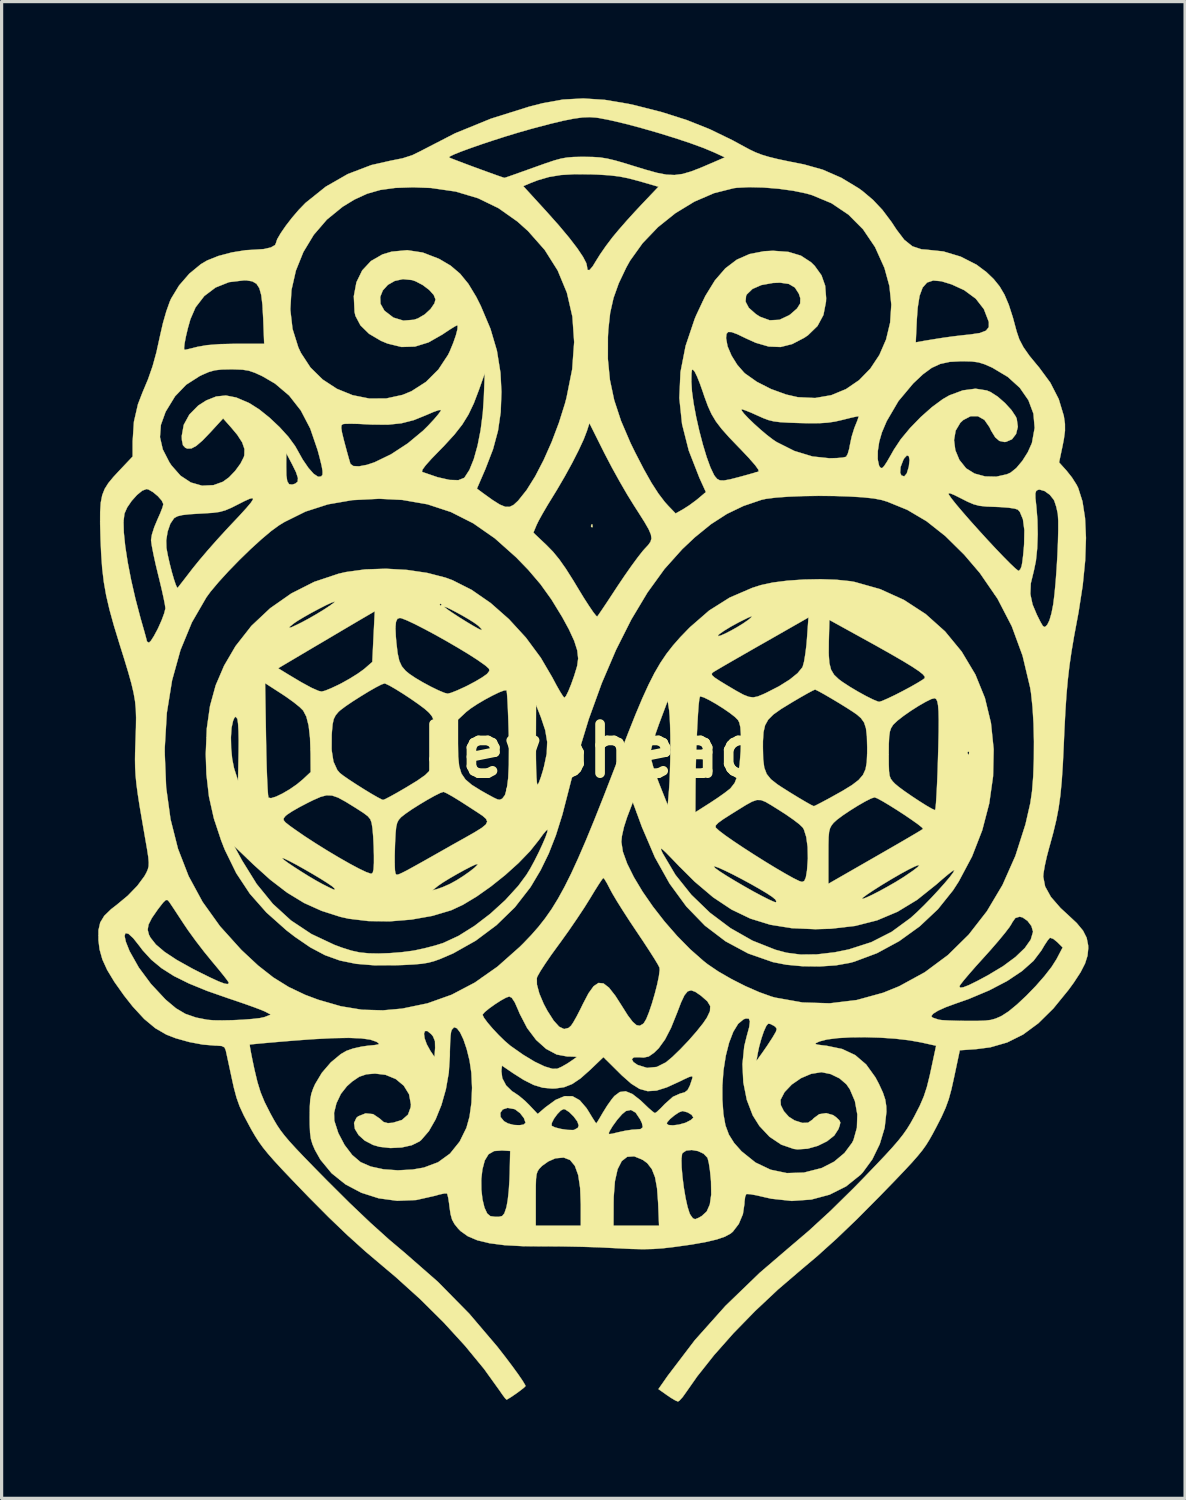
<source format=kicad_pcb>
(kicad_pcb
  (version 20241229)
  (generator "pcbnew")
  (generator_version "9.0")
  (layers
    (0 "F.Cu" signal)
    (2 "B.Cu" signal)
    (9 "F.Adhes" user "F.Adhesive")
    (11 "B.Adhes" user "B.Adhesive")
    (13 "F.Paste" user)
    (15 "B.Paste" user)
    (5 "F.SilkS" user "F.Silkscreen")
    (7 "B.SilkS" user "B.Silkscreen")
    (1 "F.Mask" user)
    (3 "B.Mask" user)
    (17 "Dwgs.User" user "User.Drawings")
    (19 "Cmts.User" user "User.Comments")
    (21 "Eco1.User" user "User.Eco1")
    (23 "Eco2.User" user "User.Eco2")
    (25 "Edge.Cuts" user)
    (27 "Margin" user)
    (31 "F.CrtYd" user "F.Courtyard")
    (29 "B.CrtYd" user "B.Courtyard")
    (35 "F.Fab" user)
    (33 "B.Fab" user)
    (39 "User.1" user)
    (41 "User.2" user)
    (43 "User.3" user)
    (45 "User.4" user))
  (footprint "key3head"
    (layer "F.Cu")
    (at 15.354 20.254)
    (property "Reference" "key3head" (at 0 0 0) (layer "F.SilkS") (effects (font (size 1.524 1.524) (thickness 0.3))))
    (attr through_hole)
    (fp_poly (pts (xy -0.021 -7.027) (xy -0.014 -6.952) (xy -0.021 -6.943) (xy -0.059 -6.951) (xy -0.064 -6.985) (xy -0.04 -7.037) (xy -0.021 -7.027)) (stroke (width 0.01) (type solid)) (fill yes) (layer "F.SilkS"))
    (fp_poly (pts (xy 0.367 -20.205) (xy 1.1 -20.081) (xy 1.288 -20.04) (xy 2.142 -19.822) (xy 2.907 -19.579) (xy 3.622 -19.294) (xy 4.323 -18.954) (xy 4.667 -18.767) (xy 4.864 -18.661) (xy 5.045 -18.575) (xy 5.235 -18.502) (xy 5.457 -18.435) (xy 5.733 -18.367) (xy 6.088 -18.292) (xy 6.544 -18.202) (xy 6.552 -18.2) (xy 7.126 -18.039) (xy 7.707 -17.785) (xy 8.245 -17.46) (xy 8.358 -17.378) (xy 8.688 -17.1) (xy 8.98 -16.79) (xy 9.264 -16.412) (xy 9.419 -16.176) (xy 9.66 -15.86) (xy 9.912 -15.66) (xy 10.191 -15.568) (xy 10.331 -15.558) (xy 10.872 -15.501) (xy 11.408 -15.34) (xy 11.9 -15.09) (xy 12.208 -14.859) (xy 12.434 -14.642) (xy 12.616 -14.417) (xy 12.768 -14.16) (xy 12.901 -13.846) (xy 13.028 -13.452) (xy 13.145 -13.018) (xy 13.227 -12.775) (xy 13.355 -12.53) (xy 13.545 -12.259) (xy 13.814 -11.933) (xy 13.839 -11.905) (xy 14.189 -11.43) (xy 14.451 -10.919) (xy 14.607 -10.403) (xy 14.611 -10.382) (xy 14.644 -10.151) (xy 14.645 -9.936) (xy 14.612 -9.687) (xy 14.572 -9.478) (xy 14.462 -8.955) (xy 14.699 -8.692) (xy 14.862 -8.486) (xy 15.005 -8.261) (xy 15.054 -8.164) (xy 15.187 -7.747) (xy 15.268 -7.226) (xy 15.296 -6.61) (xy 15.272 -5.91) (xy 15.195 -5.138) (xy 15.066 -4.304) (xy 15.027 -4.096) (xy 14.928 -3.565) (xy 14.848 -3.092) (xy 14.784 -2.651) (xy 14.733 -2.211) (xy 14.691 -1.746) (xy 14.657 -1.228) (xy 14.626 -0.629) (xy 14.607 -0.191) (xy 14.578 0.422) (xy 14.544 0.934) (xy 14.502 1.374) (xy 14.447 1.769) (xy 14.375 2.145) (xy 14.283 2.53) (xy 14.168 2.952) (xy 14.16 2.977) (xy 14.08 3.279) (xy 14.017 3.566) (xy 13.978 3.798) (xy 13.97 3.901) (xy 14.029 4.206) (xy 14.208 4.53) (xy 14.508 4.875) (xy 14.718 5.068) (xy 15.01 5.341) (xy 15.205 5.576) (xy 15.318 5.799) (xy 15.364 6.034) (xy 15.367 6.122) (xy 15.344 6.354) (xy 15.268 6.595) (xy 15.129 6.867) (xy 14.916 7.193) (xy 14.755 7.414) (xy 14.284 7.992) (xy 13.818 8.451) (xy 13.345 8.8) (xy 12.853 9.045) (xy 12.33 9.196) (xy 11.9 9.252) (xy 11.381 9.289) (xy 11.205 10.121) (xy 11.12 10.504) (xy 11.037 10.807) (xy 10.939 11.077) (xy 10.811 11.361) (xy 10.645 11.684) (xy 10.534 11.893) (xy 10.433 12.071) (xy 10.332 12.233) (xy 10.217 12.394) (xy 10.076 12.567) (xy 9.899 12.769) (xy 9.672 13.013) (xy 9.385 13.314) (xy 9.024 13.686) (xy 8.893 13.821) (xy 8.194 14.525) (xy 7.554 15.138) (xy 6.957 15.676) (xy 6.477 16.081) (xy 5.74 16.712) (xy 5.029 17.38) (xy 4.361 18.065) (xy 3.756 18.748) (xy 3.232 19.409) (xy 2.895 19.89) (xy 2.778 20.054) (xy 2.679 20.162) (xy 2.635 20.189) (xy 2.551 20.154) (xy 2.404 20.066) (xy 2.3 19.995) (xy 2.029 19.803) (xy 2.319 19.388) (xy 3.158 18.285) (xy 4.108 17.221) (xy 5.174 16.192) (xy 6.025 15.462) (xy 6.698 14.888) (xy 7.375 14.266) (xy 8.082 13.57) (xy 8.387 13.258) (xy 8.762 12.868) (xy 9.06 12.554) (xy 9.294 12.298) (xy 9.477 12.086) (xy 9.622 11.902) (xy 9.743 11.73) (xy 9.851 11.555) (xy 9.959 11.361) (xy 9.973 11.335) (xy 10.14 11.009) (xy 10.263 10.723) (xy 10.36 10.427) (xy 10.448 10.071) (xy 10.48 9.924) (xy 10.646 9.148) (xy 10.183 9.045) (xy 9.806 8.978) (xy 9.373 8.928) (xy 8.91 8.897) (xy 8.441 8.883) (xy 7.994 8.888) (xy 7.592 8.911) (xy 7.263 8.953) (xy 7.031 9.013) (xy 7.017 9.019) (xy 6.921 9.064) (xy 6.9 9.093) (xy 6.967 9.114) (xy 7.139 9.137) (xy 7.249 9.149) (xy 7.731 9.249) (xy 8.136 9.439) (xy 8.475 9.729) (xy 8.762 10.128) (xy 8.868 10.327) (xy 8.995 10.601) (xy 9.067 10.817) (xy 9.099 11.024) (xy 9.104 11.196) (xy 9.049 11.693) (xy 8.897 12.199) (xy 8.666 12.674) (xy 8.37 13.079) (xy 8.301 13.152) (xy 7.853 13.512) (xy 7.34 13.769) (xy 6.773 13.921) (xy 6.167 13.964) (xy 5.532 13.895) (xy 5.305 13.844) (xy 5.068 13.789) (xy 4.877 13.755) (xy 4.767 13.749) (xy 4.755 13.752) (xy 4.72 13.832) (xy 4.7 13.99) (xy 4.698 14.053) (xy 4.65 14.373) (xy 4.523 14.676) (xy 4.339 14.917) (xy 4.266 14.978) (xy 4.091 15.073) (xy 3.839 15.159) (xy 3.497 15.239) (xy 3.053 15.318) (xy 2.508 15.394) (xy 2.172 15.433) (xy 1.865 15.455) (xy 1.55 15.462) (xy 1.191 15.454) (xy 0.749 15.432) (xy 0.667 15.428) (xy 0.193 15.404) (xy -0.348 15.387) (xy -0.896 15.376) (xy -1.391 15.373) (xy -1.492 15.374) (xy -2.176 15.368) (xy -2.747 15.337) (xy -3.215 15.276) (xy -3.591 15.185) (xy -3.886 15.06) (xy -4.112 14.899) (xy -4.187 14.822) (xy -4.301 14.68) (xy -4.375 14.544) (xy -4.422 14.373) (xy -4.458 14.128) (xy -4.467 14.044) (xy -4.494 13.868) (xy -4.524 13.751) (xy -4.534 13.733) (xy -4.61 13.731) (xy -4.766 13.764) (xy -4.905 13.804) (xy -5.491 13.936) (xy -6.079 13.96) (xy -6.652 13.882) (xy -7.193 13.709) (xy -7.686 13.448) (xy -7.877 13.294) (xy -3.469 13.294) (xy -3.466 13.613) (xy -3.432 13.914) (xy -3.37 14.171) (xy -3.285 14.354) (xy -3.187 14.436) (xy -3.039 14.456) (xy -2.921 14.456) (xy -2.821 14.432) (xy -2.754 14.352) (xy -2.697 14.187) (xy -2.682 14.129) (xy -2.647 13.929) (xy -2.644 13.902) (xy -1.778 13.902) (xy -1.778 14.732) (xy -0.381 14.732) (xy 0.635 14.732) (xy 2.048 14.732) (xy 2.019 14.018) (xy 1.986 13.57) (xy 1.924 13.229) (xy 1.824 12.975) (xy 1.682 12.792) (xy 1.536 12.684) (xy 1.505 12.672) (xy 2.743 12.672) (xy 2.749 12.922) (xy 2.776 13.228) (xy 2.818 13.558) (xy 2.872 13.876) (xy 2.933 14.15) (xy 2.995 14.346) (xy 3.022 14.399) (xy 3.098 14.503) (xy 3.168 14.531) (xy 3.277 14.487) (xy 3.373 14.432) (xy 3.527 14.291) (xy 3.623 14.075) (xy 3.667 13.77) (xy 3.661 13.363) (xy 3.654 13.275) (xy 3.627 13.013) (xy 3.593 12.79) (xy 3.557 12.644) (xy 3.548 12.621) (xy 3.431 12.499) (xy 3.256 12.417) (xy 3.064 12.383) (xy 2.892 12.401) (xy 2.778 12.477) (xy 2.762 12.511) (xy 2.743 12.672) (xy 1.505 12.672) (xy 1.277 12.58) (xy 1.061 12.594) (xy 0.89 12.727) (xy 0.762 12.979) (xy 0.679 13.35) (xy 0.641 13.838) (xy 0.638 14.018) (xy 0.635 14.732) (xy -0.381 14.732) (xy -0.381 14.077) (xy -0.401 13.561) (xy -0.461 13.161) (xy -0.565 12.874) (xy -0.714 12.694) (xy -0.911 12.618) (xy -1.16 12.641) (xy -1.177 12.645) (xy -1.39 12.739) (xy -1.584 12.877) (xy -1.598 12.892) (xy -1.671 12.968) (xy -1.721 13.043) (xy -1.753 13.14) (xy -1.77 13.284) (xy -1.777 13.5) (xy -1.778 13.812) (xy -1.778 13.902) (xy -2.644 13.902) (xy -2.616 13.646) (xy -2.595 13.324) (xy -2.587 13.113) (xy -2.572 12.414) (xy -2.826 12.398) (xy -3.07 12.416) (xy -3.243 12.515) (xy -3.361 12.709) (xy -3.434 12.986) (xy -3.469 13.294) (xy -7.877 13.294) (xy -8.114 13.104) (xy -8.461 12.683) (xy -8.63 12.383) (xy -8.707 12.204) (xy -8.756 12.039) (xy -8.782 11.847) (xy -8.793 11.592) (xy -8.795 11.367) (xy -8.793 11.229) (xy -8.037 11.229) (xy -8.03 11.472) (xy -7.905 11.859) (xy -7.712 12.226) (xy -7.475 12.538) (xy -7.216 12.758) (xy -7.215 12.759) (xy -6.901 12.896) (xy -6.504 12.982) (xy -6.058 13.014) (xy -5.597 12.989) (xy -5.251 12.929) (xy -4.81 12.764) (xy -4.439 12.495) (xy -4.139 12.121) (xy -4.011 11.86) (xy 0.486 11.86) (xy 0.503 11.89) (xy 0.596 11.878) (xy 0.779 11.833) (xy 1.01 11.783) (xy 1.224 11.752) (xy 1.305 11.748) (xy 1.475 11.734) (xy 1.543 11.677) (xy 1.52 11.563) (xy 2.286 11.563) (xy 2.34 11.608) (xy 2.478 11.618) (xy 2.662 11.596) (xy 2.853 11.543) (xy 2.891 11.528) (xy 3.034 11.453) (xy 3.108 11.384) (xy 3.111 11.372) (xy 3.058 11.291) (xy 2.934 11.216) (xy 2.792 11.177) (xy 2.771 11.176) (xy 2.667 11.214) (xy 2.526 11.308) (xy 2.389 11.422) (xy 2.3 11.525) (xy 2.286 11.563) (xy 1.52 11.563) (xy 1.519 11.554) (xy 1.46 11.43) (xy 1.322 11.224) (xy 1.177 11.14) (xy 1.021 11.173) (xy 0.901 11.272) (xy 0.752 11.442) (xy 0.607 11.642) (xy 0.521 11.785) (xy 0.486 11.86) (xy -4.011 11.86) (xy -3.929 11.694) (xy -3.911 11.628) (xy -1.287 11.628) (xy -1.284 11.632) (xy -1.178 11.683) (xy -0.998 11.729) (xy -0.796 11.759) (xy -0.624 11.764) (xy -0.587 11.759) (xy -0.471 11.694) (xy -0.445 11.62) (xy -0.489 11.496) (xy -0.599 11.346) (xy -0.738 11.208) (xy -0.867 11.123) (xy -0.912 11.113) (xy -1.001 11.158) (xy -1.11 11.271) (xy -1.213 11.412) (xy -1.28 11.544) (xy -1.287 11.628) (xy -3.911 11.628) (xy -3.833 11.347) (xy -3.817 11.228) (xy -2.877 11.228) (xy -2.87 11.359) (xy -2.765 11.489) (xy -2.637 11.56) (xy -2.467 11.605) (xy -2.292 11.616) (xy -2.154 11.594) (xy -2.096 11.542) (xy -2.095 11.539) (xy -2.145 11.394) (xy -2.264 11.24) (xy -2.413 11.127) (xy -2.444 11.113) (xy -2.652 11.076) (xy -2.801 11.124) (xy -2.877 11.228) (xy -3.817 11.228) (xy -3.774 10.92) (xy -3.755 10.454) (xy -3.776 9.991) (xy -3.785 9.927) (xy -2.845 9.927) (xy -2.817 10.154) (xy -2.697 10.381) (xy -2.513 10.56) (xy -2.456 10.594) (xy -2.3 10.7) (xy -2.11 10.86) (xy -1.986 10.982) (xy -1.718 11.265) (xy -1.478 11.059) (xy -1.16 10.827) (xy -0.883 10.712) (xy -0.637 10.715) (xy -0.414 10.839) (xy -0.204 11.083) (xy -0.134 11.194) (xy -0.023 11.377) (xy 0.061 11.508) (xy 0.098 11.557) (xy 0.136 11.507) (xy 0.216 11.375) (xy 0.304 11.224) (xy 0.44 11.005) (xy 0.584 10.803) (xy 0.663 10.708) (xy 0.831 10.583) (xy 1.013 10.561) (xy 1.222 10.646) (xy 1.471 10.841) (xy 1.557 10.923) (xy 1.721 11.08) (xy 1.851 11.192) (xy 1.92 11.239) (xy 1.922 11.239) (xy 1.985 11.196) (xy 2.104 11.084) (xy 2.228 10.955) (xy 2.477 10.733) (xy 2.705 10.631) (xy 2.71 10.63) (xy 2.843 10.594) (xy 2.932 10.525) (xy 2.997 10.403) (xy 4.012 10.403) (xy 4.013 10.82) (xy 4.045 11.266) (xy 4.108 11.618) (xy 4.215 11.906) (xy 4.376 12.163) (xy 4.603 12.419) (xy 4.616 12.431) (xy 5.041 12.772) (xy 5.51 12.995) (xy 6.014 13.1) (xy 6.543 13.084) (xy 7.088 12.945) (xy 7.104 12.939) (xy 7.48 12.746) (xy 7.802 12.477) (xy 8.038 12.16) (xy 8.083 12.07) (xy 8.188 11.693) (xy 8.201 11.278) (xy 8.126 10.867) (xy 7.969 10.499) (xy 7.861 10.343) (xy 7.649 10.161) (xy 7.373 10.027) (xy 7.097 9.97) (xy 7.077 9.97) (xy 6.767 10.02) (xy 6.452 10.154) (xy 6.166 10.352) (xy 5.942 10.588) (xy 5.818 10.827) (xy 5.827 10.992) (xy 5.921 11.179) (xy 6.074 11.351) (xy 6.254 11.466) (xy 6.497 11.543) (xy 6.672 11.536) (xy 6.812 11.439) (xy 6.847 11.398) (xy 7.019 11.272) (xy 7.235 11.239) (xy 7.45 11.301) (xy 7.545 11.369) (xy 7.641 11.461) (xy 7.674 11.527) (xy 7.654 11.622) (xy 7.616 11.732) (xy 7.485 11.935) (xy 7.26 12.113) (xy 6.974 12.254) (xy 6.659 12.343) (xy 6.347 12.364) (xy 6.226 12.349) (xy 5.839 12.216) (xy 5.477 11.973) (xy 5.163 11.639) (xy 4.955 11.308) (xy 4.771 10.827) (xy 4.663 10.284) (xy 4.636 9.716) (xy 4.646 9.62) (xy 5.069 9.62) (xy 5.252 9.366) (xy 5.402 9.15) (xy 5.55 8.923) (xy 5.586 8.865) (xy 5.675 8.712) (xy 5.7 8.626) (xy 5.664 8.568) (xy 5.617 8.531) (xy 5.497 8.47) (xy 5.432 8.465) (xy 5.374 8.536) (xy 5.3 8.7) (xy 5.224 8.923) (xy 5.155 9.173) (xy 5.114 9.366) (xy 5.069 9.62) (xy 4.646 9.62) (xy 4.692 9.165) (xy 4.767 8.859) (xy 4.845 8.573) (xy 4.868 8.392) (xy 4.833 8.306) (xy 4.738 8.303) (xy 4.669 8.329) (xy 4.502 8.468) (xy 4.351 8.715) (xy 4.222 9.051) (xy 4.119 9.457) (xy 4.047 9.914) (xy 4.012 10.403) (xy 2.997 10.403) (xy 3.002 10.393) (xy 3.074 10.181) (xy 3.088 10.116) (xy 3.062 10.094) (xy 2.976 10.12) (xy 2.808 10.197) (xy 2.685 10.258) (xy 2.289 10.439) (xy 1.968 10.54) (xy 1.695 10.557) (xy 1.443 10.487) (xy 1.186 10.326) (xy 0.896 10.07) (xy 0.82 9.995) (xy 0.384 9.562) (xy 1.203 9.562) (xy 1.251 9.653) (xy 1.381 9.743) (xy 1.676 9.835) (xy 1.979 9.805) (xy 2.261 9.663) (xy 2.462 9.495) (xy 2.706 9.259) (xy 2.966 8.986) (xy 3.211 8.706) (xy 3.414 8.452) (xy 3.533 8.277) (xy 3.555 8.232) (xy 10.496 8.232) (xy 10.541 8.277) (xy 10.692 8.327) (xy 10.732 8.34) (xy 10.83 8.353) (xy 11.026 8.364) (xy 11.292 8.373) (xy 11.592 8.377) (xy 11.926 8.377) (xy 12.165 8.368) (xy 12.341 8.347) (xy 12.484 8.308) (xy 12.628 8.247) (xy 12.683 8.22) (xy 12.896 8.082) (xy 13.159 7.865) (xy 13.448 7.594) (xy 13.739 7.294) (xy 14.007 6.988) (xy 14.23 6.702) (xy 14.383 6.461) (xy 14.573 6.098) (xy 14.405 5.931) (xy 14.281 5.831) (xy 14.186 5.798) (xy 14.173 5.802) (xy 14.11 5.875) (xy 14.01 6.026) (xy 13.912 6.192) (xy 13.669 6.513) (xy 13.311 6.831) (xy 12.848 7.14) (xy 12.29 7.431) (xy 11.65 7.7) (xy 11.256 7.838) (xy 10.945 7.952) (xy 10.706 8.06) (xy 10.552 8.156) (xy 10.496 8.232) (xy 3.555 8.232) (xy 3.628 8.076) (xy 3.636 7.917) (xy 3.546 7.768) (xy 3.351 7.597) (xy 3.343 7.591) (xy 3.174 7.475) (xy 3.044 7.428) (xy 2.936 7.46) (xy 2.836 7.582) (xy 2.73 7.806) (xy 2.61 8.12) (xy 2.42 8.592) (xy 2.233 8.954) (xy 2.038 9.224) (xy 1.893 9.366) (xy 1.728 9.481) (xy 1.57 9.515) (xy 1.448 9.506) (xy 1.27 9.507) (xy 1.203 9.562) (xy 0.384 9.562) (xy 0.322 9.501) (xy -0.089 9.895) (xy -0.387 10.16) (xy -0.646 10.335) (xy -0.896 10.434) (xy -1.17 10.474) (xy -1.284 10.476) (xy -1.562 10.45) (xy -1.84 10.366) (xy -2.147 10.212) (xy -2.477 10.003) (xy -2.826 9.765) (xy -2.845 9.927) (xy -3.785 9.927) (xy -3.833 9.606) (xy -3.922 9.247) (xy -4.022 8.953) (xy -4.125 8.736) (xy -4.224 8.606) (xy -4.312 8.574) (xy -4.383 8.651) (xy -4.405 8.715) (xy -4.422 8.84) (xy -4.435 9.055) (xy -4.443 9.323) (xy -4.444 9.467) (xy -4.477 9.983) (xy -4.567 10.498) (xy -4.706 10.988) (xy -4.885 11.43) (xy -5.096 11.799) (xy -5.331 12.071) (xy -5.386 12.117) (xy -5.625 12.235) (xy -5.939 12.305) (xy -6.288 12.322) (xy -6.629 12.284) (xy -6.828 12.226) (xy -7.086 12.091) (xy -7.277 11.918) (xy -7.391 11.729) (xy -7.417 11.545) (xy -7.344 11.387) (xy -7.288 11.338) (xy -7.058 11.246) (xy -6.825 11.27) (xy -6.623 11.406) (xy -6.499 11.515) (xy -6.367 11.55) (xy -6.213 11.538) (xy -5.931 11.452) (xy -5.743 11.287) (xy -5.657 11.051) (xy -5.652 10.966) (xy -5.71 10.654) (xy -5.874 10.387) (xy -6.124 10.18) (xy -6.441 10.05) (xy -6.766 10.012) (xy -7.034 10.034) (xy -7.254 10.109) (xy -7.471 10.255) (xy -7.639 10.405) (xy -7.826 10.643) (xy -7.964 10.933) (xy -8.037 11.229) (xy -8.793 11.229) (xy -8.791 11.049) (xy -8.776 10.819) (xy -8.743 10.64) (xy -8.685 10.473) (xy -8.625 10.338) (xy -8.415 9.987) (xy -8.138 9.665) (xy -7.83 9.409) (xy -7.652 9.306) (xy -7.447 9.234) (xy -7.183 9.175) (xy -6.985 9.147) (xy -6.768 9.126) (xy -6.66 9.106) (xy -6.645 9.079) (xy -6.704 9.036) (xy -6.731 9.021) (xy -6.913 8.958) (xy -7.196 8.919) (xy -7.585 8.904) (xy -8.085 8.913) (xy -8.701 8.945) (xy -9.254 8.986) (xy -9.658 9.019) (xy -10.018 9.05) (xy -10.313 9.076) (xy -10.527 9.097) (xy -10.641 9.109) (xy -10.654 9.112) (xy -10.649 9.176) (xy -10.62 9.34) (xy -10.573 9.578) (xy -10.512 9.867) (xy -10.51 9.878) (xy -10.416 10.272) (xy -10.317 10.594) (xy -10.192 10.897) (xy -10.021 11.235) (xy -10.004 11.267) (xy -9.903 11.451) (xy -9.806 11.615) (xy -9.701 11.771) (xy -9.577 11.933) (xy -9.422 12.116) (xy -9.224 12.333) (xy -8.972 12.598) (xy -8.654 12.925) (xy -8.258 13.328) (xy -8.243 13.343) (xy -7.557 14.025) (xy -6.915 14.636) (xy -6.328 15.165) (xy -5.842 15.575) (xy -4.816 16.473) (xy -3.841 17.464) (xy -2.977 18.479) (xy -2.727 18.8) (xy -2.502 19.098) (xy -2.316 19.354) (xy -2.18 19.554) (xy -2.106 19.679) (xy -2.095 19.709) (xy -2.143 19.758) (xy -2.26 19.85) (xy -2.409 19.958) (xy -2.555 20.057) (xy -2.66 20.12) (xy -2.686 20.13) (xy -2.734 20.081) (xy -2.825 19.958) (xy -2.892 19.86) (xy -3.382 19.178) (xy -3.97 18.463) (xy -4.635 17.736) (xy -5.361 17.015) (xy -6.128 16.322) (xy -6.509 16.001) (xy -7.072 15.524) (xy -7.627 15.023) (xy -8.199 14.475) (xy -8.815 13.855) (xy -8.965 13.7) (xy -9.348 13.302) (xy -9.655 12.979) (xy -9.897 12.716) (xy -10.088 12.498) (xy -10.241 12.309) (xy -10.367 12.135) (xy -10.479 11.961) (xy -10.591 11.77) (xy -10.66 11.644) (xy -10.839 11.308) (xy -10.968 11.029) (xy -11.064 10.759) (xy -11.147 10.449) (xy -11.204 10.19) (xy -11.27 9.882) (xy -11.329 9.609) (xy -11.374 9.4) (xy -11.399 9.287) (xy -11.438 9.199) (xy -11.523 9.156) (xy -11.691 9.143) (xy -11.733 9.143) (xy -12.108 9.112) (xy -12.534 9.032) (xy -12.951 8.915) (xy -13.24 8.803) (xy -13.287 8.776) (xy -5.246 8.776) (xy -5.227 8.918) (xy -5.161 9.102) (xy -5.048 9.307) (xy -5.031 9.332) (xy -4.921 9.493) (xy -4.901 9.216) (xy -4.906 9.005) (xy -4.967 8.856) (xy -5.024 8.786) (xy -5.144 8.69) (xy -5.218 8.693) (xy -5.246 8.776) (xy -13.287 8.776) (xy -13.585 8.603) (xy -13.929 8.317) (xy -14.286 7.93) (xy -14.553 7.591) (xy -14.857 7.162) (xy -15.078 6.796) (xy -15.227 6.469) (xy -15.314 6.158) (xy -15.349 5.874) (xy -15.349 5.735) (xy -14.539 5.735) (xy -14.499 5.922) (xy -14.385 6.208) (xy -14.38 6.218) (xy -14.096 6.722) (xy -13.72 7.229) (xy -13.28 7.7) (xy -13.245 7.733) (xy -12.943 7.986) (xy -12.651 8.159) (xy -12.321 8.273) (xy -11.97 8.342) (xy -11.776 8.358) (xy -11.506 8.361) (xy -11.194 8.355) (xy -10.873 8.34) (xy -10.577 8.317) (xy -10.34 8.29) (xy -10.195 8.258) (xy -10.192 8.257) (xy -10.017 8.188) (xy -3.429 8.188) (xy -3.386 8.279) (xy -3.273 8.432) (xy -3.112 8.62) (xy -2.926 8.818) (xy -2.737 9.002) (xy -2.57 9.145) (xy -2.561 9.152) (xy -2.168 9.428) (xy -1.81 9.644) (xy -1.502 9.791) (xy -1.258 9.864) (xy -1.112 9.861) (xy -0.981 9.804) (xy -0.807 9.705) (xy -0.747 9.666) (xy -0.604 9.569) (xy -0.519 9.506) (xy -0.508 9.495) (xy -0.565 9.488) (xy -0.708 9.483) (xy -0.791 9.483) (xy -1.127 9.421) (xy -1.457 9.245) (xy -1.767 8.967) (xy -2.045 8.599) (xy -2.277 8.152) (xy -2.316 8.057) (xy -2.428 7.803) (xy -2.521 7.661) (xy -2.599 7.62) (xy -2.698 7.654) (xy -2.857 7.741) (xy -3.042 7.86) (xy -3.22 7.987) (xy -3.359 8.101) (xy -3.427 8.179) (xy -3.429 8.188) (xy -10.017 8.188) (xy -10.001 8.181) (xy -10.181 8.086) (xy -10.304 8.034) (xy -10.521 7.952) (xy -10.807 7.85) (xy -11.136 7.737) (xy -11.307 7.68) (xy -11.98 7.445) (xy -12.542 7.215) (xy -13.008 6.984) (xy -13.392 6.74) (xy -13.71 6.477) (xy -13.977 6.185) (xy -14.072 6.058) (xy -14.269 5.81) (xy -14.416 5.675) (xy -14.509 5.652) (xy -14.539 5.735) (xy -15.349 5.735) (xy -15.349 5.565) (xy -15.345 5.548) (xy -13.822 5.548) (xy -13.782 5.702) (xy -13.735 5.793) (xy -13.566 6.007) (xy -13.296 6.236) (xy -12.92 6.484) (xy -12.43 6.757) (xy -12.229 6.859) (xy -11.873 7.035) (xy -11.616 7.153) (xy -11.443 7.218) (xy -11.344 7.235) (xy -11.306 7.208) (xy -11.304 7.191) (xy -11.344 7.127) (xy -11.45 6.988) (xy -11.608 6.792) (xy -11.801 6.56) (xy -11.818 6.54) (xy -12.066 6.236) (xy -12.329 5.894) (xy -12.569 5.563) (xy -12.702 5.366) (xy -12.865 5.118) (xy -13.008 4.9) (xy -13.115 4.74) (xy -13.158 4.677) (xy -13.207 4.625) (xy -13.261 4.628) (xy -13.34 4.703) (xy -13.465 4.863) (xy -13.512 4.925) (xy -13.693 5.187) (xy -13.794 5.386) (xy -13.822 5.548) (xy -15.345 5.548) (xy -15.294 5.324) (xy -15.169 5.117) (xy -14.956 4.91) (xy -14.784 4.777) (xy -14.438 4.49) (xy -14.142 4.184) (xy -13.923 3.888) (xy -13.858 3.771) (xy -13.816 3.673) (xy -13.792 3.578) (xy -13.788 3.458) (xy -13.803 3.29) (xy -13.84 3.048) (xy -13.899 2.71) (xy -13.995 2.155) (xy -14.072 1.705) (xy -14.129 1.336) (xy -14.17 1.029) (xy -14.196 0.761) (xy -14.21 0.512) (xy -14.214 0.26) (xy -14.211 0.064) (xy -13.292 0.064) (xy -13.248 1.133) (xy -13.112 2.12) (xy -12.881 3.034) (xy -12.551 3.885) (xy -12.118 4.684) (xy -11.578 5.438) (xy -10.928 6.159) (xy -10.896 6.191) (xy -10.396 6.657) (xy -9.922 7.029) (xy -9.443 7.326) (xy -8.93 7.57) (xy -8.526 7.721) (xy -7.827 7.923) (xy -7.171 8.031) (xy -6.519 8.049) (xy -5.926 7.996) (xy -5.137 7.832) (xy -4.388 7.565) (xy -3.668 7.187) (xy -3.465 7.044) (xy -1.745 7.044) (xy -1.742 7.249) (xy -1.668 7.526) (xy -1.532 7.848) (xy -1.418 8.062) (xy -1.222 8.369) (xy -1.052 8.557) (xy -0.899 8.63) (xy -0.759 8.594) (xy -0.682 8.525) (xy -0.612 8.421) (xy -0.506 8.233) (xy -0.383 7.993) (xy -0.315 7.853) (xy -0.14 7.519) (xy 0.017 7.301) (xy 0.169 7.199) (xy 0.324 7.214) (xy 0.495 7.346) (xy 0.691 7.596) (xy 0.888 7.904) (xy 1.079 8.207) (xy 1.229 8.405) (xy 1.348 8.509) (xy 1.451 8.527) (xy 1.549 8.47) (xy 1.579 8.44) (xy 1.651 8.319) (xy 1.736 8.108) (xy 1.827 7.839) (xy 1.914 7.542) (xy 1.989 7.25) (xy 2.043 6.992) (xy 2.067 6.8) (xy 2.061 6.722) (xy 2.012 6.627) (xy 1.904 6.447) (xy 1.748 6.202) (xy 1.557 5.91) (xy 1.361 5.618) (xy 1.136 5.281) (xy 0.924 4.953) (xy 0.739 4.658) (xy 0.599 4.422) (xy 0.53 4.294) (xy 0.434 4.109) (xy 0.357 3.981) (xy 0.32 3.939) (xy 0.276 3.991) (xy 0.182 4.131) (xy 0.052 4.337) (xy -0.091 4.573) (xy -0.269 4.858) (xy -0.499 5.205) (xy -0.754 5.577) (xy -1.01 5.935) (xy -1.088 6.041) (xy -1.301 6.334) (xy -1.486 6.604) (xy -1.632 6.829) (xy -1.722 6.988) (xy -1.745 7.044) (xy -3.465 7.044) (xy -2.967 6.694) (xy -2.275 6.08) (xy -2.159 5.965) (xy -1.918 5.713) (xy -1.695 5.459) (xy -1.486 5.193) (xy -1.285 4.906) (xy -1.088 4.585) (xy -0.888 4.222) (xy -0.68 3.806) (xy -0.46 3.326) (xy -0.221 2.773) (xy 0.041 2.135) (xy 0.332 1.402) (xy 0.657 0.564) (xy 0.813 0.157) (xy 0.834 0.102) (xy 1.778 0.102) (xy 1.801 0.252) (xy 1.865 0.485) (xy 1.958 0.765) (xy 2.048 1.005) (xy 2.318 1.683) (xy 2.357 1.206) (xy 2.373 0.954) (xy 2.386 0.618) (xy 2.396 0.243) (xy 2.4 -0.127) (xy 2.398 -0.473) (xy 2.39 -0.8) (xy 2.378 -1.073) (xy 2.362 -1.257) (xy 2.36 -1.27) (xy 2.316 -1.556) (xy 2.047 -0.839) (xy 1.94 -0.536) (xy 1.854 -0.255) (xy 1.796 -0.029) (xy 1.778 0.102) (xy 0.834 0.102) (xy 1.083 -0.542) (xy 1.319 -1.134) (xy 1.53 -1.635) (xy 1.724 -2.059) (xy 1.897 -2.4) (xy 3.683 -2.4) (xy 3.693 -2.351) (xy 3.77 -2.28) (xy 3.931 -2.174) (xy 4.139 -2.047) (xy 4.443 -1.867) (xy 4.665 -1.746) (xy 4.832 -1.68) (xy 4.97 -1.663) (xy 5.107 -1.69) (xy 5.27 -1.756) (xy 5.376 -1.805) (xy 5.772 -2.008) (xy 6.102 -2.215) (xy 6.347 -2.413) (xy 6.492 -2.59) (xy 6.507 -2.621) (xy 6.548 -2.772) (xy 6.587 -3.007) (xy 7.313 -3.007) (xy 7.333 -2.728) (xy 7.386 -2.522) (xy 7.48 -2.364) (xy 7.625 -2.226) (xy 7.74 -2.141) (xy 7.97 -1.991) (xy 8.224 -1.84) (xy 8.473 -1.703) (xy 8.688 -1.596) (xy 8.839 -1.534) (xy 8.882 -1.525) (xy 8.971 -1.553) (xy 9.145 -1.629) (xy 9.378 -1.74) (xy 9.598 -1.853) (xy 9.858 -1.992) (xy 10.078 -2.118) (xy 10.232 -2.213) (xy 10.291 -2.259) (xy 10.294 -2.306) (xy 10.236 -2.378) (xy 10.109 -2.479) (xy 9.905 -2.615) (xy 9.618 -2.79) (xy 9.238 -3.01) (xy 8.759 -3.28) (xy 8.382 -3.488) (xy 7.334 -4.066) (xy 7.316 -3.385) (xy 7.313 -3.007) (xy 6.587 -3.007) (xy 6.588 -3.011) (xy 6.623 -3.299) (xy 6.638 -3.484) (xy 6.685 -4.143) (xy 6.406 -3.983) (xy 6.265 -3.903) (xy 6.036 -3.772) (xy 5.74 -3.603) (xy 5.4 -3.409) (xy 5.037 -3.203) (xy 4.985 -3.173) (xy 4.634 -2.972) (xy 4.315 -2.789) (xy 4.047 -2.634) (xy 3.848 -2.517) (xy 3.737 -2.45) (xy 3.726 -2.443) (xy 3.683 -2.4) (xy 1.897 -2.4) (xy 1.908 -2.421) (xy 2.09 -2.734) (xy 2.278 -3.013) (xy 2.48 -3.272) (xy 2.704 -3.527) (xy 2.737 -3.561) (xy 3.879 -3.561) (xy 3.956 -3.58) (xy 4.096 -3.64) (xy 4.274 -3.731) (xy 4.467 -3.839) (xy 4.653 -3.953) (xy 4.807 -4.06) (xy 4.858 -4.1) (xy 4.924 -4.165) (xy 4.909 -4.176) (xy 4.803 -4.132) (xy 4.597 -4.03) (xy 4.522 -3.992) (xy 4.276 -3.858) (xy 4.065 -3.729) (xy 3.921 -3.628) (xy 3.887 -3.596) (xy 3.879 -3.561) (xy 2.737 -3.561) (xy 2.958 -3.79) (xy 3.012 -3.844) (xy 3.603 -4.358) (xy 4.239 -4.759) (xy 4.939 -5.061) (xy 5.209 -5.147) (xy 5.579 -5.227) (xy 6.036 -5.285) (xy 6.542 -5.32) (xy 7.06 -5.33) (xy 7.551 -5.313) (xy 7.979 -5.269) (xy 8.116 -5.245) (xy 8.911 -5.021) (xy 9.649 -4.686) (xy 10.323 -4.247) (xy 10.923 -3.71) (xy 11.44 -3.082) (xy 11.865 -2.371) (xy 11.866 -2.368) (xy 12.16 -1.645) (xy 12.348 -0.868) (xy 12.432 -0.054) (xy 12.414 0.783) (xy 12.295 1.626) (xy 12.077 2.462) (xy 11.761 3.275) (xy 11.349 4.049) (xy 11.171 4.325) (xy 10.702 4.911) (xy 10.136 5.443) (xy 9.498 5.903) (xy 8.812 6.275) (xy 8.103 6.54) (xy 7.969 6.576) (xy 7.538 6.653) (xy 7.034 6.687) (xy 6.505 6.681) (xy 5.998 6.634) (xy 5.58 6.552) (xy 4.815 6.285) (xy 4.113 5.908) (xy 3.473 5.422) (xy 2.894 4.825) (xy 2.376 4.117) (xy 1.918 3.298) (xy 1.803 3.028) (xy 2.108 3.028) (xy 2.11 3.065) (xy 2.151 3.157) (xy 2.16 3.175) (xy 2.556 3.844) (xy 3.051 4.464) (xy 3.627 5.02) (xy 4.265 5.499) (xy 4.948 5.887) (xy 5.659 6.169) (xy 6.001 6.261) (xy 6.434 6.318) (xy 6.945 6.313) (xy 7.5 6.248) (xy 7.936 6.159) (xy 8.635 5.934) (xy 9.264 5.614) (xy 9.852 5.184) (xy 9.858 5.179) (xy 10.049 5.006) (xy 10.267 4.794) (xy 10.495 4.56) (xy 10.716 4.322) (xy 10.915 4.099) (xy 11.075 3.909) (xy 11.179 3.769) (xy 11.211 3.698) (xy 11.209 3.695) (xy 11.155 3.725) (xy 11.027 3.823) (xy 10.844 3.976) (xy 10.653 4.143) (xy 10.055 4.621) (xy 9.449 4.989) (xy 8.815 5.256) (xy 8.132 5.43) (xy 7.379 5.517) (xy 6.897 5.531) (xy 6.164 5.499) (xy 5.498 5.392) (xy 4.882 5.202) (xy 4.297 4.921) (xy 3.726 4.541) (xy 3.151 4.054) (xy 2.686 3.591) (xy 2.681 3.587) (xy 3.747 3.587) (xy 3.799 3.643) (xy 3.942 3.745) (xy 4.153 3.88) (xy 4.411 4.036) (xy 4.692 4.2) (xy 4.975 4.36) (xy 5.239 4.501) (xy 5.46 4.613) (xy 5.616 4.682) (xy 5.675 4.698) (xy 5.687 4.66) (xy 5.65 4.602) (xy 5.621 4.578) (xy 8.346 4.578) (xy 8.372 4.589) (xy 8.485 4.547) (xy 8.665 4.463) (xy 8.889 4.348) (xy 9.135 4.213) (xy 9.383 4.071) (xy 9.61 3.931) (xy 9.667 3.894) (xy 9.919 3.722) (xy 10.068 3.608) (xy 10.122 3.55) (xy 10.089 3.544) (xy 9.978 3.587) (xy 9.797 3.676) (xy 9.553 3.808) (xy 9.256 3.98) (xy 8.942 4.17) (xy 8.706 4.32) (xy 8.511 4.45) (xy 8.383 4.544) (xy 8.346 4.578) (xy 5.621 4.578) (xy 5.559 4.527) (xy 5.389 4.415) (xy 5.161 4.279) (xy 4.897 4.129) (xy 4.618 3.978) (xy 4.346 3.836) (xy 4.101 3.716) (xy 3.906 3.627) (xy 3.781 3.583) (xy 3.747 3.587) (xy 2.681 3.587) (xy 2.435 3.33) (xy 2.262 3.153) (xy 2.156 3.055) (xy 2.108 3.028) (xy 1.803 3.028) (xy 1.52 2.368) (xy 3.802 2.368) (xy 3.812 2.383) (xy 3.918 2.48) (xy 4.108 2.624) (xy 4.365 2.803) (xy 4.668 3.005) (xy 4.998 3.218) (xy 5.337 3.431) (xy 5.665 3.631) (xy 5.964 3.806) (xy 6.213 3.945) (xy 6.395 4.035) (xy 6.486 4.064) (xy 6.555 4.034) (xy 6.603 3.926) (xy 6.638 3.716) (xy 6.639 3.714) (xy 6.666 3.338) (xy 6.665 3.272) (xy 7.303 3.272) (xy 7.303 4.122) (xy 8.747 3.293) (xy 9.136 3.069) (xy 9.49 2.865) (xy 9.792 2.689) (xy 10.028 2.55) (xy 10.182 2.457) (xy 10.24 2.419) (xy 10.206 2.374) (xy 10.085 2.277) (xy 9.901 2.146) (xy 9.677 1.993) (xy 9.434 1.835) (xy 9.196 1.686) (xy 8.985 1.56) (xy 8.825 1.473) (xy 8.737 1.439) (xy 8.736 1.439) (xy 8.629 1.474) (xy 8.448 1.565) (xy 8.223 1.694) (xy 7.983 1.844) (xy 7.757 1.995) (xy 7.574 2.131) (xy 7.463 2.232) (xy 7.398 2.315) (xy 7.354 2.4) (xy 7.325 2.511) (xy 7.31 2.674) (xy 7.304 2.912) (xy 7.303 3.251) (xy 7.303 3.272) (xy 6.665 3.272) (xy 6.658 2.979) (xy 6.616 2.669) (xy 6.544 2.44) (xy 6.506 2.375) (xy 6.402 2.275) (xy 6.216 2.132) (xy 5.977 1.966) (xy 5.766 1.831) (xy 5.528 1.682) (xy 5.353 1.58) (xy 5.215 1.525) (xy 5.085 1.521) (xy 4.939 1.57) (xy 4.75 1.673) (xy 4.49 1.834) (xy 4.299 1.953) (xy 4.043 2.116) (xy 3.884 2.231) (xy 3.808 2.311) (xy 3.802 2.368) (xy 1.52 2.368) (xy 1.52 2.368) (xy 1.499 2.312) (xy 1.349 1.902) (xy 3.175 1.902) (xy 3.635 1.609) (xy 3.872 1.452) (xy 4.087 1.3) (xy 4.241 1.18) (xy 4.266 1.158) (xy 4.394 0.993) (xy 4.486 0.757) (xy 4.547 0.435) (xy 4.58 0.011) (xy 4.584 -0.108) (xy 5.271 -0.108) (xy 5.279 0.252) (xy 5.313 0.517) (xy 5.388 0.715) (xy 5.518 0.877) (xy 5.717 1.034) (xy 5.855 1.125) (xy 6.124 1.295) (xy 6.381 1.452) (xy 6.603 1.583) (xy 6.767 1.675) (xy 6.85 1.713) (xy 6.853 1.714) (xy 6.916 1.686) (xy 7.064 1.61) (xy 7.269 1.501) (xy 7.361 1.451) (xy 7.748 1.235) (xy 8.036 1.058) (xy 8.241 0.901) (xy 8.376 0.743) (xy 8.456 0.567) (xy 8.494 0.351) (xy 8.505 0.099) (xy 9.176 0.099) (xy 9.177 0.411) (xy 9.184 0.624) (xy 9.202 0.766) (xy 9.238 0.863) (xy 9.298 0.943) (xy 9.37 1.018) (xy 9.486 1.115) (xy 9.669 1.25) (xy 9.891 1.403) (xy 10.124 1.557) (xy 10.34 1.693) (xy 10.512 1.792) (xy 10.61 1.836) (xy 10.613 1.836) (xy 10.627 1.777) (xy 10.643 1.609) (xy 10.659 1.35) (xy 10.676 1.018) (xy 10.692 0.631) (xy 10.698 0.429) (xy 10.709 0.064) (xy 11.62 0.064) (xy 11.644 0.116) (xy 11.663 0.106) (xy 11.67 0.03) (xy 11.663 0.021) (xy 11.625 0.03) (xy 11.62 0.064) (xy 10.709 0.064) (xy 10.715 -0.146) (xy 10.725 -0.605) (xy 10.727 -0.962) (xy 10.721 -1.229) (xy 10.706 -1.418) (xy 10.682 -1.54) (xy 10.648 -1.609) (xy 10.604 -1.636) (xy 10.602 -1.637) (xy 10.499 -1.612) (xy 10.324 -1.526) (xy 10.103 -1.399) (xy 9.864 -1.247) (xy 9.636 -1.088) (xy 9.446 -0.94) (xy 9.321 -0.821) (xy 9.308 -0.805) (xy 9.249 -0.711) (xy 9.211 -0.6) (xy 9.189 -0.444) (xy 9.178 -0.216) (xy 9.176 0.099) (xy 8.505 0.099) (xy 8.506 0.077) (xy 8.507 -0.108) (xy 8.498 -0.455) (xy 8.469 -0.703) (xy 8.411 -0.882) (xy 8.315 -1.018) (xy 8.191 -1.127) (xy 8.064 -1.215) (xy 7.873 -1.338) (xy 7.645 -1.479) (xy 7.408 -1.621) (xy 7.187 -1.75) (xy 7.01 -1.848) (xy 6.904 -1.901) (xy 6.888 -1.905) (xy 6.818 -1.874) (xy 6.662 -1.791) (xy 6.443 -1.667) (xy 6.184 -1.515) (xy 6.173 -1.508) (xy 5.836 -1.302) (xy 5.596 -1.132) (xy 5.435 -0.971) (xy 5.338 -0.796) (xy 5.289 -0.581) (xy 5.272 -0.302) (xy 5.271 -0.108) (xy 4.584 -0.108) (xy 4.587 -0.197) (xy 4.587 -0.516) (xy 4.572 -0.736) (xy 4.537 -0.884) (xy 4.498 -0.959) (xy 4.406 -1.053) (xy 4.244 -1.179) (xy 4.039 -1.32) (xy 3.819 -1.458) (xy 3.61 -1.577) (xy 3.439 -1.661) (xy 3.334 -1.692) (xy 3.317 -1.687) (xy 3.297 -1.608) (xy 3.276 -1.42) (xy 3.256 -1.143) (xy 3.236 -0.796) (xy 3.217 -0.396) (xy 3.201 0.037) (xy 3.189 0.484) (xy 3.182 0.927) (xy 3.18 1.094) (xy 3.175 1.902) (xy 1.349 1.902) (xy 1.234 1.591) (xy 1.056 2.057) (xy 0.959 2.358) (xy 0.895 2.643) (xy 0.878 2.821) (xy 0.925 3.127) (xy 1.058 3.496) (xy 1.266 3.915) (xy 1.536 4.365) (xy 1.858 4.83) (xy 2.22 5.295) (xy 2.61 5.742) (xy 3.016 6.155) (xy 3.428 6.518) (xy 3.556 6.619) (xy 3.888 6.844) (xy 4.292 7.077) (xy 4.728 7.298) (xy 5.157 7.486) (xy 5.539 7.623) (xy 5.65 7.654) (xy 6.499 7.805) (xy 7.345 7.831) (xy 8.181 7.73) (xy 9.002 7.504) (xy 9.488 7.307) (xy 11.367 7.307) (xy 11.396 7.346) (xy 11.492 7.333) (xy 11.666 7.265) (xy 11.926 7.137) (xy 12.25 6.963) (xy 12.724 6.679) (xy 13.109 6.394) (xy 13.398 6.117) (xy 13.582 5.856) (xy 13.652 5.619) (xy 13.652 5.6) (xy 13.603 5.432) (xy 13.482 5.272) (xy 13.328 5.165) (xy 13.236 5.144) (xy 13.105 5.184) (xy 13.007 5.322) (xy 12.995 5.35) (xy 12.924 5.463) (xy 12.781 5.65) (xy 12.584 5.889) (xy 12.348 6.162) (xy 12.136 6.398) (xy 11.889 6.671) (xy 11.675 6.916) (xy 11.507 7.114) (xy 11.4 7.251) (xy 11.367 7.307) (xy 9.488 7.307) (xy 9.505 7.299) (xy 10.295 6.867) (xy 11.014 6.333) (xy 11.657 5.7) (xy 12.222 4.974) (xy 12.707 4.158) (xy 13.106 3.257) (xy 13.419 2.276) (xy 13.569 1.619) (xy 13.623 1.247) (xy 13.66 0.781) (xy 13.679 0.255) (xy 13.682 -0.299) (xy 13.669 -0.848) (xy 13.638 -1.359) (xy 13.591 -1.8) (xy 13.564 -1.968) (xy 13.329 -2.956) (xy 12.994 -3.87) (xy 12.553 -4.722) (xy 12.453 -4.868) (xy 13.57 -4.868) (xy 13.639 -4.545) (xy 13.773 -4.226) (xy 13.883 -4.007) (xy 13.954 -3.885) (xy 14.005 -3.846) (xy 14.054 -3.871) (xy 14.099 -3.923) (xy 14.163 -4.054) (xy 14.226 -4.272) (xy 14.278 -4.537) (xy 14.282 -4.561) (xy 14.32 -4.869) (xy 14.355 -5.241) (xy 14.385 -5.652) (xy 14.41 -6.073) (xy 14.427 -6.48) (xy 14.436 -6.844) (xy 14.436 -7.14) (xy 14.424 -7.342) (xy 14.421 -7.366) (xy 14.375 -7.576) (xy 14.316 -7.755) (xy 14.297 -7.795) (xy 14.173 -7.951) (xy 14.012 -8.066) (xy 13.857 -8.111) (xy 13.803 -8.102) (xy 13.75 -8.066) (xy 13.726 -7.99) (xy 13.728 -7.847) (xy 13.754 -7.608) (xy 13.755 -7.603) (xy 13.79 -7.177) (xy 13.799 -6.726) (xy 13.783 -6.288) (xy 13.743 -5.9) (xy 13.681 -5.599) (xy 13.678 -5.588) (xy 13.584 -5.2) (xy 13.57 -4.868) (xy 12.453 -4.868) (xy 12.002 -5.523) (xy 11.517 -6.091) (xy 10.931 -6.669) (xy 10.348 -7.13) (xy 9.752 -7.482) (xy 9.132 -7.735) (xy 8.954 -7.789) (xy 8.71 -7.836) (xy 8.366 -7.872) (xy 7.949 -7.897) (xy 7.485 -7.912) (xy 6.999 -7.916) (xy 6.518 -7.909) (xy 6.069 -7.891) (xy 5.677 -7.863) (xy 5.368 -7.824) (xy 5.226 -7.793) (xy 4.67 -7.604) (xy 4.157 -7.358) (xy 3.662 -7.039) (xy 3.16 -6.631) (xy 2.768 -6.262) (xy 2.218 -5.648) (xy 1.689 -4.917) (xy 1.186 -4.077) (xy 0.712 -3.136) (xy 0.27 -2.103) (xy -0.134 -0.987) (xy -0.497 0.204) (xy -0.76 1.229) (xy -0.952 1.974) (xy -1.154 2.618) (xy -1.376 3.184) (xy -1.627 3.699) (xy -1.917 4.187) (xy -1.955 4.245) (xy -2.426 4.851) (xy -2.996 5.405) (xy -3.642 5.888) (xy -4.34 6.281) (xy -4.746 6.456) (xy -4.934 6.523) (xy -5.114 6.571) (xy -5.316 6.604) (xy -5.569 6.626) (xy -5.904 6.643) (xy -6.128 6.65) (xy -6.787 6.652) (xy -7.353 6.606) (xy -7.854 6.504) (xy -8.319 6.337) (xy -8.775 6.095) (xy -9.251 5.769) (xy -9.517 5.564) (xy -10.137 5.012) (xy -10.65 4.431) (xy -11.072 3.793) (xy -11.424 3.074) (xy -11.472 2.953) (xy -11.135 2.953) (xy -10.893 3.397) (xy -10.44 4.127) (xy -9.937 4.745) (xy -9.374 5.26) (xy -8.74 5.681) (xy -8.026 6.017) (xy -7.794 6.103) (xy -7.496 6.197) (xy -7.238 6.253) (xy -6.961 6.28) (xy -6.659 6.286) (xy -6.31 6.274) (xy -5.931 6.244) (xy -5.593 6.2) (xy -5.523 6.187) (xy -5.22 6.121) (xy -4.912 6.041) (xy -4.661 5.963) (xy -4.643 5.956) (xy -4.175 5.739) (xy -3.68 5.429) (xy -3.188 5.052) (xy -2.725 4.63) (xy -2.32 4.186) (xy -2.066 3.842) (xy -1.947 3.647) (xy -1.817 3.407) (xy -1.687 3.148) (xy -1.57 2.896) (xy -1.476 2.677) (xy -1.42 2.517) (xy -1.411 2.441) (xy -1.412 2.44) (xy -1.458 2.474) (xy -1.554 2.589) (xy -1.679 2.761) (xy -1.681 2.764) (xy -1.956 3.109) (xy -2.313 3.478) (xy -2.727 3.851) (xy -3.17 4.205) (xy -3.616 4.52) (xy -4.04 4.775) (xy -4.403 4.944) (xy -4.988 5.118) (xy -5.637 5.233) (xy -6.311 5.288) (xy -6.972 5.279) (xy -7.582 5.206) (xy -7.842 5.148) (xy -8.426 4.961) (xy -8.968 4.717) (xy -9.49 4.399) (xy -9.586 4.326) (xy -4.985 4.326) (xy -4.826 4.282) (xy -4.668 4.226) (xy -4.469 4.139) (xy -4.413 4.111) (xy -4.228 4.009) (xy -4.027 3.881) (xy -3.837 3.748) (xy -3.683 3.628) (xy -3.593 3.541) (xy -3.582 3.509) (xy -3.647 3.524) (xy -3.793 3.591) (xy -3.994 3.695) (xy -4.222 3.821) (xy -4.451 3.953) (xy -4.654 4.078) (xy -4.803 4.18) (xy -4.826 4.198) (xy -4.985 4.326) (xy -9.586 4.326) (xy -10.019 3.994) (xy -10.537 3.527) (xy -10.748 3.324) (xy -9.652 3.324) (xy -9.601 3.374) (xy -9.467 3.473) (xy -9.272 3.604) (xy -9.043 3.751) (xy -8.805 3.899) (xy -8.582 4.03) (xy -8.4 4.13) (xy -8.395 4.133) (xy -8.182 4.24) (xy -8.062 4.296) (xy -8.013 4.309) (xy -8.015 4.285) (xy -8.031 4.258) (xy -8.101 4.196) (xy -8.251 4.094) (xy -8.459 3.963) (xy -8.702 3.818) (xy -8.958 3.67) (xy -9.202 3.533) (xy -9.414 3.421) (xy -9.57 3.345) (xy -9.647 3.32) (xy -9.652 3.324) (xy -10.748 3.324) (xy -11.135 2.953) (xy -11.472 2.953) (xy -11.54 2.78) (xy -11.75 2.146) (xy -9.604 2.146) (xy -9.545 2.218) (xy -9.409 2.325) (xy -9.259 2.432) (xy -8.945 2.649) (xy -8.598 2.874) (xy -8.238 3.098) (xy -7.884 3.309) (xy -7.554 3.497) (xy -7.268 3.65) (xy -7.044 3.757) (xy -6.902 3.807) (xy -6.88 3.81) (xy -6.837 3.779) (xy -6.812 3.675) (xy -6.8 3.477) (xy -6.8 3.254) (xy -6.8 3.247) (xy -6.155 3.247) (xy -6.155 3.507) (xy -6.148 3.697) (xy -6.135 3.781) (xy -6.124 3.813) (xy -6.109 3.834) (xy -6.079 3.84) (xy -6.022 3.825) (xy -5.926 3.782) (xy -5.778 3.707) (xy -5.569 3.592) (xy -5.285 3.434) (xy -4.915 3.225) (xy -4.447 2.96) (xy -4.401 2.933) (xy -3.986 2.701) (xy -3.673 2.523) (xy -3.456 2.388) (xy -3.328 2.283) (xy -3.285 2.193) (xy -3.32 2.108) (xy -3.427 2.013) (xy -3.602 1.896) (xy -3.837 1.744) (xy -3.861 1.728) (xy -4.127 1.557) (xy -4.36 1.414) (xy -4.537 1.315) (xy -4.635 1.271) (xy -4.642 1.27) (xy -4.741 1.303) (xy -4.918 1.391) (xy -5.142 1.516) (xy -5.386 1.662) (xy -5.622 1.811) (xy -5.82 1.948) (xy -5.954 2.053) (xy -5.965 2.064) (xy -6.032 2.14) (xy -6.078 2.229) (xy -6.109 2.357) (xy -6.128 2.55) (xy -6.143 2.835) (xy -6.147 2.947) (xy -6.155 3.247) (xy -6.8 3.247) (xy -6.808 2.953) (xy -6.823 2.657) (xy -6.843 2.421) (xy -6.848 2.383) (xy -6.872 2.23) (xy -6.912 2.12) (xy -6.989 2.026) (xy -7.127 1.922) (xy -7.349 1.779) (xy -7.366 1.768) (xy -7.677 1.576) (xy -7.911 1.448) (xy -8.099 1.383) (xy -8.271 1.376) (xy -8.456 1.425) (xy -8.686 1.526) (xy -8.852 1.608) (xy -9.111 1.743) (xy -9.336 1.872) (xy -9.495 1.977) (xy -9.548 2.022) (xy -9.599 2.088) (xy -9.604 2.146) (xy -11.75 2.146) (xy -11.769 2.087) (xy -11.919 1.417) (xy -11.999 0.72) (xy -12.019 0.095) (xy -11.998 -0.42) (xy -11.238 -0.42) (xy -11.231 -0.086) (xy -11.199 0.244) (xy -11.143 0.527) (xy -11.128 0.576) (xy -11.017 0.921) (xy -11 0.013) (xy -10.997 -0.321) (xy -11.003 -0.616) (xy -11.016 -0.845) (xy -11.035 -0.982) (xy -11.043 -1.003) (xy -11.091 -1.063) (xy -11.133 -1.024) (xy -11.172 -0.932) (xy -11.219 -0.717) (xy -11.238 -0.42) (xy -11.998 -0.42) (xy -11.987 -0.692) (xy -11.887 -1.395) (xy -11.711 -2.037) (xy -11.682 -2.104) (xy -10.177 -2.104) (xy -10.148 -0.366) (xy -10.139 0.094) (xy -10.128 0.513) (xy -10.114 0.876) (xy -10.1 1.164) (xy -10.086 1.361) (xy -10.072 1.448) (xy -10.072 1.449) (xy -9.994 1.465) (xy -9.84 1.418) (xy -9.638 1.321) (xy -9.414 1.19) (xy -9.193 1.037) (xy -9.007 0.883) (xy -8.763 0.655) (xy -8.767 0.089) (xy -8.771 -0.031) (xy -8.113 -0.031) (xy -8.056 0.33) (xy -7.938 0.59) (xy -7.859 0.683) (xy -7.751 0.767) (xy -7.573 0.89) (xy -7.35 1.036) (xy -7.109 1.188) (xy -6.879 1.328) (xy -6.684 1.44) (xy -6.552 1.508) (xy -6.516 1.52) (xy -6.443 1.491) (xy -6.284 1.408) (xy -6.063 1.285) (xy -5.802 1.133) (xy -5.792 1.127) (xy -5.454 0.921) (xy -5.212 0.751) (xy -5.051 0.592) (xy -4.955 0.419) (xy -4.909 0.206) (xy -4.898 -0.072) (xy -4.903 -0.329) (xy -4.913 -0.632) (xy -4.927 -0.838) (xy -4.953 -0.972) (xy -4.191 -0.972) (xy -4.191 -0.229) (xy -4.185 0.171) (xy -4.155 0.472) (xy -4.085 0.701) (xy -3.96 0.885) (xy -3.764 1.052) (xy -3.481 1.228) (xy -3.279 1.342) (xy -3.084 1.448) (xy -2.968 1.502) (xy -2.898 1.514) (xy -2.842 1.492) (xy -2.812 1.473) (xy -2.734 1.368) (xy -2.675 1.163) (xy -2.635 0.851) (xy -2.614 0.427) (xy -2.611 -0.113) (xy -2.612 -0.171) (xy -1.774 -0.171) (xy -1.772 0.228) (xy -1.766 0.566) (xy -1.755 0.827) (xy -1.741 0.995) (xy -1.723 1.053) (xy -1.722 1.052) (xy -1.68 0.979) (xy -1.619 0.813) (xy -1.549 0.586) (xy -1.525 0.498) (xy -1.438 0.085) (xy -1.423 -0.28) (xy -1.484 -0.645) (xy -1.619 -1.048) (xy -1.769 -1.429) (xy -1.774 -0.171) (xy -2.612 -0.171) (xy -2.618 -0.558) (xy -2.63 -0.95) (xy -2.643 -1.297) (xy -2.657 -1.58) (xy -2.671 -1.78) (xy -2.684 -1.877) (xy -2.687 -1.882) (xy -2.763 -1.877) (xy -2.918 -1.818) (xy -3.126 -1.717) (xy -3.359 -1.592) (xy -3.591 -1.455) (xy -3.794 -1.321) (xy -3.942 -1.206) (xy -3.947 -1.2) (xy -4.191 -0.972) (xy -4.953 -0.972) (xy -4.954 -0.975) (xy -4.999 -1.074) (xy -5.07 -1.164) (xy -5.112 -1.208) (xy -5.231 -1.312) (xy -5.419 -1.452) (xy -5.647 -1.611) (xy -5.891 -1.772) (xy -6.122 -1.916) (xy -6.316 -2.028) (xy -6.444 -2.089) (xy -6.473 -2.095) (xy -6.568 -2.062) (xy -6.741 -1.973) (xy -6.965 -1.845) (xy -7.213 -1.693) (xy -7.46 -1.536) (xy -7.677 -1.389) (xy -7.838 -1.268) (xy -7.899 -1.214) (xy -7.989 -1.106) (xy -8.047 -0.991) (xy -8.082 -0.832) (xy -8.104 -0.594) (xy -8.11 -0.498) (xy -8.113 -0.031) (xy -8.771 -0.031) (xy -8.783 -0.403) (xy -8.826 -0.784) (xy -8.897 -1.065) (xy -8.996 -1.255) (xy -9.104 -1.362) (xy -9.289 -1.511) (xy -9.52 -1.677) (xy -9.649 -1.763) (xy -10.177 -2.104) (xy -11.682 -2.104) (xy -11.484 -2.566) (xy -9.772 -2.566) (xy -9.474 -2.383) (xy -9.055 -2.133) (xy -8.737 -1.96) (xy -8.519 -1.864) (xy -8.423 -1.843) (xy -8.316 -1.87) (xy -8.131 -1.945) (xy -7.901 -2.053) (xy -7.81 -2.099) (xy -7.549 -2.245) (xy -7.302 -2.399) (xy -7.114 -2.534) (xy -7.083 -2.56) (xy -6.851 -2.762) (xy -6.813 -3.549) (xy -6.799 -3.827) (xy -6.132 -3.827) (xy -6.12 -3.549) (xy -6.104 -3.365) (xy -6.065 -3.033) (xy -6.013 -2.797) (xy -5.934 -2.626) (xy -5.817 -2.488) (xy -5.698 -2.39) (xy -5.514 -2.266) (xy -5.282 -2.129) (xy -5.033 -1.995) (xy -4.799 -1.881) (xy -4.612 -1.803) (xy -4.511 -1.778) (xy -4.404 -1.805) (xy -4.219 -1.878) (xy -3.988 -1.983) (xy -3.892 -2.03) (xy -3.651 -2.158) (xy -3.444 -2.281) (xy -3.306 -2.378) (xy -3.28 -2.402) (xy -3.218 -2.484) (xy -3.228 -2.549) (xy -3.323 -2.637) (xy -3.38 -2.68) (xy -3.592 -2.829) (xy -3.87 -3.007) (xy -4.192 -3.202) (xy -4.539 -3.404) (xy -4.89 -3.601) (xy -5.226 -3.781) (xy -5.526 -3.935) (xy -5.771 -4.05) (xy -5.939 -4.116) (xy -5.995 -4.128) (xy -6.072 -4.1) (xy -6.116 -4.005) (xy -6.132 -3.827) (xy -6.799 -3.827) (xy -6.774 -4.335) (xy -7.086 -4.153) (xy -7.235 -4.066) (xy -7.471 -3.927) (xy -7.774 -3.748) (xy -8.12 -3.543) (xy -8.489 -3.325) (xy -8.585 -3.269) (xy -9.772 -2.566) (xy -11.484 -2.566) (xy -11.451 -2.644) (xy -11.102 -3.241) (xy -11.087 -3.263) (xy -10.651 -3.819) (xy -9.434 -3.819) (xy -9.351 -3.842) (xy -9.16 -3.931) (xy -9.031 -3.996) (xy -8.816 -4.112) (xy -8.588 -4.243) (xy -8.371 -4.375) (xy -8.215 -4.476) (xy -4.612 -4.476) (xy -4.604 -4.46) (xy -4.513 -4.388) (xy -4.351 -4.277) (xy -4.145 -4.143) (xy -3.925 -4.006) (xy -3.719 -3.883) (xy -3.557 -3.792) (xy -3.466 -3.751) (xy -3.461 -3.75) (xy -3.463 -3.785) (xy -3.545 -3.871) (xy -3.588 -3.907) (xy -3.7 -3.987) (xy -3.864 -4.09) (xy -4.056 -4.202) (xy -4.252 -4.309) (xy -4.426 -4.4) (xy -4.554 -4.46) (xy -4.612 -4.476) (xy -8.215 -4.476) (xy -8.188 -4.493) (xy -8.123 -4.54) (xy -4.763 -4.54) (xy -4.731 -4.508) (xy -4.699 -4.54) (xy -4.731 -4.572) (xy -4.763 -4.54) (xy -8.123 -4.54) (xy -8.062 -4.583) (xy -8.017 -4.63) (xy -8.023 -4.634) (xy -8.11 -4.605) (xy -8.278 -4.528) (xy -8.496 -4.417) (xy -8.736 -4.289) (xy -8.968 -4.158) (xy -9.163 -4.041) (xy -9.274 -3.967) (xy -9.408 -3.86) (xy -9.434 -3.819) (xy -10.651 -3.819) (xy -10.601 -3.883) (xy -10.021 -4.428) (xy -9.365 -4.887) (xy -8.652 -5.248) (xy -7.897 -5.5) (xy -7.67 -5.552) (xy -7.074 -5.634) (xy -6.429 -5.655) (xy -5.774 -5.618) (xy -5.145 -5.525) (xy -4.58 -5.379) (xy -4.364 -5.3) (xy -3.768 -4.999) (xy -3.177 -4.59) (xy -2.61 -4.09) (xy -2.085 -3.518) (xy -1.622 -2.892) (xy -1.266 -2.284) (xy -1.131 -2.031) (xy -1.014 -1.826) (xy -0.928 -1.692) (xy -0.888 -1.651) (xy -0.839 -1.707) (xy -0.765 -1.857) (xy -0.678 -2.072) (xy -0.588 -2.325) (xy -0.508 -2.587) (xy -0.492 -2.643) (xy -0.462 -2.869) (xy -0.49 -3.12) (xy -0.584 -3.416) (xy -0.749 -3.774) (xy -0.959 -4.159) (xy -1.292 -4.703) (xy -1.63 -5.174) (xy -2.012 -5.622) (xy -2.386 -6.008) (xy -3.047 -6.597) (xy -3.301 -6.774) (xy -1.852 -6.774) (xy -1.443 -6.387) (xy -1.244 -6.184) (xy -1.05 -5.947) (xy -0.843 -5.653) (xy -0.607 -5.28) (xy -0.475 -5.061) (xy -0.291 -4.758) (xy -0.126 -4.502) (xy 0.006 -4.308) (xy 0.096 -4.194) (xy 0.13 -4.172) (xy 0.179 -4.24) (xy 0.285 -4.395) (xy 0.435 -4.619) (xy 0.616 -4.894) (xy 0.759 -5.112) (xy 0.976 -5.434) (xy 1.19 -5.74) (xy 1.385 -6.005) (xy 1.54 -6.203) (xy 1.604 -6.275) (xy 1.713 -6.392) (xy 1.784 -6.493) (xy 1.813 -6.595) (xy 1.795 -6.717) (xy 1.726 -6.879) (xy 1.6 -7.099) (xy 1.413 -7.395) (xy 1.266 -7.624) (xy 1.059 -7.959) (xy 0.825 -8.363) (xy 0.589 -8.789) (xy 0.379 -9.19) (xy 0.342 -9.262) (xy -0.113 -10.173) (xy -0.191 -9.929) (xy -0.291 -9.669) (xy -0.448 -9.331) (xy -0.647 -8.94) (xy -0.876 -8.523) (xy -1.119 -8.107) (xy -1.239 -7.911) (xy -1.411 -7.631) (xy -1.566 -7.366) (xy -1.687 -7.147) (xy -1.751 -7.016) (xy -1.852 -6.774) (xy -3.301 -6.774) (xy -3.717 -7.064) (xy -4.411 -7.415) (xy -5.141 -7.655) (xy -5.919 -7.79) (xy -6.636 -7.826) (xy -7.471 -7.784) (xy -8.227 -7.653) (xy -8.923 -7.429) (xy -9.575 -7.106) (xy -9.747 -7.001) (xy -9.991 -6.823) (xy -10.292 -6.569) (xy -10.629 -6.262) (xy -10.977 -5.924) (xy -11.314 -5.577) (xy -11.618 -5.244) (xy -11.867 -4.948) (xy -11.998 -4.77) (xy -12.449 -3.991) (xy -12.804 -3.13) (xy -13.064 -2.192) (xy -13.227 -1.182) (xy -13.291 -0.103) (xy -13.292 0.064) (xy -14.211 0.064) (xy -14.209 -0.017) (xy -14.198 -0.338) (xy -14.197 -0.365) (xy -14.185 -0.729) (xy -14.181 -1.031) (xy -14.189 -1.296) (xy -14.213 -1.545) (xy -14.258 -1.803) (xy -14.326 -2.092) (xy -14.422 -2.435) (xy -14.549 -2.855) (xy -14.694 -3.317) (xy -14.871 -3.896) (xy -15.007 -4.389) (xy -15.109 -4.827) (xy -15.182 -5.243) (xy -15.233 -5.67) (xy -15.265 -6.139) (xy -15.284 -6.572) (xy -15.297 -7.047) (xy -15.297 -7.124) (xy -14.571 -7.124) (xy -14.562 -6.782) (xy -14.518 -6.353) (xy -14.441 -5.855) (xy -14.335 -5.306) (xy -14.201 -4.721) (xy -14.043 -4.119) (xy -13.995 -3.952) (xy -13.926 -3.711) (xy -13.874 -3.521) (xy -13.846 -3.411) (xy -13.843 -3.396) (xy -13.794 -3.366) (xy -13.777 -3.365) (xy -13.721 -3.419) (xy -13.63 -3.561) (xy -13.521 -3.763) (xy -13.491 -3.824) (xy -13.386 -4.061) (xy -13.309 -4.27) (xy -13.273 -4.414) (xy -13.271 -4.431) (xy -13.287 -4.544) (xy -13.328 -4.753) (xy -13.39 -5.032) (xy -13.467 -5.353) (xy -13.494 -5.461) (xy -13.575 -5.797) (xy -13.642 -6.105) (xy -13.691 -6.358) (xy -13.715 -6.525) (xy -13.715 -6.536) (xy -13.246 -6.536) (xy -13.239 -6.298) (xy -13.196 -6.069) (xy -13.138 -5.813) (xy -13.073 -5.557) (xy -13.007 -5.33) (xy -12.949 -5.157) (xy -12.906 -5.066) (xy -12.892 -5.061) (xy -12.838 -5.13) (xy -12.724 -5.276) (xy -12.569 -5.477) (xy -12.425 -5.664) (xy -12.22 -5.917) (xy -11.958 -6.226) (xy -11.666 -6.556) (xy -11.377 -6.872) (xy -11.306 -6.948) (xy -10.99 -7.283) (xy -10.761 -7.534) (xy -10.615 -7.708) (xy -10.551 -7.81) (xy -10.565 -7.848) (xy -10.654 -7.827) (xy -10.815 -7.755) (xy -10.99 -7.666) (xy -11.228 -7.546) (xy -11.414 -7.467) (xy -11.591 -7.418) (xy -11.799 -7.39) (xy -12.08 -7.372) (xy -12.191 -7.366) (xy -12.52 -7.346) (xy -12.746 -7.32) (xy -12.895 -7.284) (xy -12.99 -7.232) (xy -13.005 -7.219) (xy -13.118 -7.053) (xy -13.202 -6.809) (xy -13.246 -6.536) (xy -13.715 -6.536) (xy -13.716 -6.553) (xy -13.689 -6.719) (xy -13.617 -6.945) (xy -13.525 -7.165) (xy -13.43 -7.38) (xy -13.361 -7.558) (xy -13.335 -7.66) (xy -13.335 -7.661) (xy -13.384 -7.769) (xy -13.503 -7.905) (xy -13.654 -8.031) (xy -13.797 -8.114) (xy -13.857 -8.128) (xy -13.991 -8.077) (xy -14.154 -7.943) (xy -14.319 -7.759) (xy -14.458 -7.556) (xy -14.542 -7.365) (xy -14.542 -7.364) (xy -14.571 -7.124) (xy -15.297 -7.124) (xy -15.296 -7.418) (xy -15.277 -7.707) (xy -15.232 -7.937) (xy -15.156 -8.131) (xy -15.043 -8.311) (xy -14.887 -8.5) (xy -14.727 -8.673) (xy -14.288 -9.137) (xy -14.288 -9.614) (xy -14.279 -9.739) (xy -13.44 -9.739) (xy -13.353 -9.359) (xy -13.148 -8.959) (xy -13.082 -8.86) (xy -12.802 -8.542) (xy -12.481 -8.331) (xy -12.134 -8.232) (xy -11.777 -8.249) (xy -11.486 -8.354) (xy -11.299 -8.49) (xy -11.107 -8.69) (xy -10.991 -8.848) (xy -9.522 -8.848) (xy -9.517 -8.554) (xy -9.49 -8.37) (xy -9.433 -8.279) (xy -9.339 -8.266) (xy -9.244 -8.294) (xy -9.167 -8.356) (xy -9.158 -8.47) (xy -9.219 -8.654) (xy -9.335 -8.89) (xy -9.519 -9.239) (xy -9.522 -8.848) (xy -10.991 -8.848) (xy -10.942 -8.915) (xy -10.837 -9.122) (xy -10.822 -9.178) (xy -10.818 -9.372) (xy -10.889 -9.577) (xy -11.043 -9.814) (xy -11.227 -10.034) (xy -11.48 -10.319) (xy -11.879 -9.884) (xy -12.125 -9.629) (xy -12.314 -9.467) (xy -12.462 -9.388) (xy -12.586 -9.383) (xy -12.652 -9.408) (xy -12.726 -9.487) (xy -12.759 -9.644) (xy -12.764 -9.774) (xy -12.702 -10.12) (xy -12.527 -10.44) (xy -12.252 -10.718) (xy -12.002 -10.878) (xy -11.695 -11) (xy -11.395 -11.031) (xy -11.073 -10.968) (xy -10.701 -10.81) (xy -10.65 -10.784) (xy -10.357 -10.597) (xy -10.039 -10.342) (xy -9.727 -10.048) (xy -9.452 -9.745) (xy -9.246 -9.463) (xy -9.191 -9.366) (xy -9.011 -9.044) (xy -8.833 -8.784) (xy -8.671 -8.601) (xy -8.539 -8.514) (xy -8.509 -8.509) (xy -8.436 -8.521) (xy -8.397 -8.569) (xy -8.393 -8.665) (xy -5.308 -8.665) (xy -5.298 -8.657) (xy -4.825 -8.495) (xy -4.453 -8.411) (xy -4.179 -8.403) (xy -4.004 -8.473) (xy -3.984 -8.493) (xy -3.836 -8.722) (xy -3.701 -9.056) (xy -3.584 -9.476) (xy -3.489 -9.958) (xy -3.422 -10.483) (xy -3.39 -10.954) (xy -3.361 -11.716) (xy -3.541 -11.208) (xy -3.7 -10.789) (xy -3.866 -10.441) (xy -4.059 -10.129) (xy -4.301 -9.82) (xy -4.614 -9.478) (xy -4.742 -9.347) (xy -5.015 -9.066) (xy -5.197 -8.862) (xy -5.293 -8.731) (xy -5.308 -8.665) (xy -8.393 -8.665) (xy -8.392 -8.672) (xy -8.422 -8.848) (xy -8.488 -9.116) (xy -8.547 -9.335) (xy -8.775 -10.002) (xy -8.789 -10.03) (xy -7.814 -10.03) (xy -7.792 -9.886) (xy -7.735 -9.652) (xy -7.707 -9.546) (xy -7.638 -9.289) (xy -7.578 -9.074) (xy -7.537 -8.935) (xy -7.527 -8.906) (xy -7.439 -8.842) (xy -7.262 -8.833) (xy -7.018 -8.879) (xy -6.781 -8.958) (xy -6.267 -9.207) (xy -5.75 -9.545) (xy -5.272 -9.942) (xy -5.119 -10.094) (xy -4.938 -10.288) (xy -4.802 -10.448) (xy -4.727 -10.553) (xy -4.719 -10.583) (xy -4.791 -10.576) (xy -4.944 -10.523) (xy -5.148 -10.436) (xy -5.173 -10.425) (xy -5.562 -10.267) (xy -5.946 -10.169) (xy -6.363 -10.125) (xy -6.852 -10.128) (xy -6.996 -10.135) (xy -7.284 -10.15) (xy -7.529 -10.155) (xy -7.702 -10.151) (xy -7.765 -10.142) (xy -7.805 -10.108) (xy -7.814 -10.03) (xy -8.789 -10.03) (xy -9.068 -10.565) (xy -9.431 -11.029) (xy -9.87 -11.401) (xy -10.254 -11.625) (xy -10.492 -11.735) (xy -10.684 -11.801) (xy -10.882 -11.832) (xy -11.14 -11.842) (xy -11.239 -11.843) (xy -11.526 -11.837) (xy -11.737 -11.813) (xy -11.925 -11.76) (xy -12.141 -11.666) (xy -12.212 -11.631) (xy -12.627 -11.365) (xy -12.971 -11.007) (xy -13.254 -10.544) (xy -13.27 -10.512) (xy -13.412 -10.118) (xy -13.44 -9.739) (xy -14.279 -9.739) (xy -14.248 -10.217) (xy -14.123 -10.76) (xy -13.987 -11.113) (xy -13.81 -11.535) (xy -13.668 -11.942) (xy -13.548 -12.379) (xy -13.523 -12.496) (xy -12.692 -12.496) (xy -12.677 -12.446) (xy -12.602 -12.461) (xy -12.442 -12.499) (xy -12.277 -12.541) (xy -11.981 -12.593) (xy -11.574 -12.625) (xy -11.07 -12.636) (xy -11.059 -12.636) (xy -10.206 -12.636) (xy -10.236 -13.415) (xy -10.252 -13.696) (xy -9.395 -13.696) (xy -9.326 -13.097) (xy -9.146 -12.524) (xy -9.064 -12.349) (xy -8.77 -11.9) (xy -8.391 -11.527) (xy -7.949 -11.238) (xy -7.461 -11.04) (xy -6.946 -10.937) (xy -6.424 -10.938) (xy -5.914 -11.049) (xy -5.635 -11.164) (xy -5.185 -11.453) (xy -4.799 -11.838) (xy -4.5 -12.292) (xy -4.447 -12.401) (xy -4.338 -12.665) (xy -4.256 -12.901) (xy -4.209 -13.084) (xy -4.203 -13.191) (xy -4.221 -13.208) (xy -4.288 -13.175) (xy -4.432 -13.086) (xy -4.623 -12.96) (xy -4.667 -12.929) (xy -5.106 -12.679) (xy -5.526 -12.549) (xy -5.944 -12.537) (xy -6.376 -12.642) (xy -6.579 -12.726) (xy -6.952 -12.946) (xy -7.219 -13.208) (xy -7.374 -13.502) (xy -7.401 -13.622) (xy -7.423 -14.091) (xy -6.605 -14.091) (xy -6.596 -13.877) (xy -6.479 -13.67) (xy -6.468 -13.658) (xy -6.196 -13.449) (xy -5.886 -13.355) (xy -5.561 -13.381) (xy -5.436 -13.423) (xy -5.225 -13.546) (xy -5.043 -13.714) (xy -4.922 -13.891) (xy -4.889 -14.012) (xy -4.944 -14.151) (xy -5.086 -14.308) (xy -5.284 -14.458) (xy -5.507 -14.575) (xy -5.617 -14.613) (xy -5.899 -14.642) (xy -6.155 -14.586) (xy -6.368 -14.464) (xy -6.524 -14.292) (xy -6.605 -14.091) (xy -7.423 -14.091) (xy -7.424 -14.112) (xy -7.343 -14.545) (xy -7.164 -14.912) (xy -6.893 -15.203) (xy -6.535 -15.409) (xy -6.248 -15.495) (xy -5.766 -15.54) (xy -5.285 -15.467) (xy -4.787 -15.275) (xy -4.769 -15.266) (xy -4.421 -15.061) (xy -4.128 -14.812) (xy -3.87 -14.497) (xy -3.625 -14.092) (xy -3.484 -13.811) (xy -3.184 -13.101) (xy -2.983 -12.42) (xy -2.873 -11.733) (xy -2.843 -11.144) (xy -2.866 -10.515) (xy -2.95 -9.937) (xy -3.104 -9.364) (xy -3.34 -8.751) (xy -3.354 -8.719) (xy -3.604 -8.141) (xy -3.421 -8.005) (xy -3.119 -7.788) (xy -2.894 -7.646) (xy -2.724 -7.577) (xy -2.589 -7.575) (xy -2.467 -7.635) (xy -2.337 -7.754) (xy -2.318 -7.774) (xy -2.061 -8.097) (xy -1.795 -8.523) (xy -1.533 -9.028) (xy -1.284 -9.589) (xy -1.06 -10.182) (xy -0.871 -10.783) (xy -0.825 -10.957) (xy -0.647 -11.847) (xy -0.625 -12.158) (xy 0.46 -12.158) (xy 0.523 -11.516) (xy 0.656 -10.887) (xy 0.868 -10.243) (xy 1.164 -9.553) (xy 1.306 -9.263) (xy 1.576 -8.741) (xy 1.812 -8.322) (xy 2.026 -7.99) (xy 2.226 -7.727) (xy 2.335 -7.606) (xy 2.562 -7.37) (xy 2.79 -7.498) (xy 2.984 -7.622) (xy 3.196 -7.778) (xy 3.26 -7.83) (xy 3.45 -7.99) (xy 11.03 -7.99) (xy 11.039 -7.956) (xy 11.121 -7.837) (xy 11.268 -7.652) (xy 11.468 -7.416) (xy 11.704 -7.145) (xy 11.964 -6.855) (xy 12.232 -6.561) (xy 12.494 -6.28) (xy 12.736 -6.027) (xy 12.943 -5.818) (xy 13.101 -5.668) (xy 13.195 -5.593) (xy 13.21 -5.588) (xy 13.261 -5.641) (xy 13.298 -5.731) (xy 13.321 -5.859) (xy 13.347 -6.074) (xy 13.371 -6.335) (xy 13.377 -6.418) (xy 13.385 -6.853) (xy 13.34 -7.19) (xy 13.244 -7.42) (xy 13.181 -7.489) (xy 13.083 -7.521) (xy 12.892 -7.549) (xy 12.639 -7.568) (xy 12.497 -7.574) (xy 12.203 -7.585) (xy 11.989 -7.608) (xy 11.811 -7.655) (xy 11.621 -7.736) (xy 11.438 -7.829) (xy 11.208 -7.944) (xy 11.076 -7.997) (xy 11.03 -7.99) (xy 3.45 -7.99) (xy 3.502 -8.033) (xy 3.3 -8.477) (xy 2.97 -9.322) (xy 2.762 -10.144) (xy 2.677 -10.953) (xy 2.7 -11.462) (xy 3.051 -11.462) (xy 3.069 -11.159) (xy 3.121 -10.784) (xy 3.199 -10.367) (xy 3.297 -9.932) (xy 3.408 -9.508) (xy 3.525 -9.121) (xy 3.642 -8.799) (xy 3.752 -8.569) (xy 3.78 -8.525) (xy 3.851 -8.442) (xy 3.936 -8.398) (xy 4.061 -8.394) (xy 4.252 -8.428) (xy 4.535 -8.501) (xy 4.573 -8.511) (xy 4.812 -8.577) (xy 5.009 -8.633) (xy 5.015 -8.634) (xy 9.53 -8.634) (xy 9.569 -8.55) (xy 9.657 -8.521) (xy 9.735 -8.612) (xy 9.797 -8.815) (xy 9.799 -8.823) (xy 9.822 -9.03) (xy 9.799 -9.15) (xy 9.74 -9.171) (xy 9.656 -9.081) (xy 9.626 -9.027) (xy 9.543 -8.811) (xy 9.53 -8.634) (xy 5.015 -8.634) (xy 5.127 -8.668) (xy 5.137 -8.671) (xy 5.131 -8.728) (xy 5.033 -8.866) (xy 4.876 -9.046) (xy 8.834 -9.046) (xy 8.875 -8.857) (xy 8.892 -8.826) (xy 8.932 -8.781) (xy 8.974 -8.781) (xy 9.033 -8.841) (xy 9.121 -8.975) (xy 9.25 -9.198) (xy 9.335 -9.349) (xy 9.549 -9.672) (xy 9.837 -10.019) (xy 10.169 -10.361) (xy 10.516 -10.669) (xy 10.849 -10.915) (xy 11.057 -11.035) (xy 11.476 -11.19) (xy 11.869 -11.242) (xy 12.218 -11.187) (xy 12.338 -11.137) (xy 12.559 -10.994) (xy 12.786 -10.795) (xy 12.985 -10.577) (xy 13.12 -10.373) (xy 13.148 -10.307) (xy 13.182 -10.059) (xy 13.127 -9.837) (xy 13 -9.672) (xy 12.814 -9.592) (xy 12.764 -9.588) (xy 12.61 -9.621) (xy 12.48 -9.733) (xy 12.352 -9.942) (xy 12.301 -10.05) (xy 12.145 -10.274) (xy 11.943 -10.388) (xy 11.717 -10.388) (xy 11.489 -10.27) (xy 11.396 -10.183) (xy 11.252 -9.94) (xy 11.202 -9.647) (xy 11.242 -9.334) (xy 11.368 -9.032) (xy 11.576 -8.772) (xy 11.578 -8.77) (xy 11.839 -8.608) (xy 12.165 -8.52) (xy 12.513 -8.512) (xy 12.843 -8.586) (xy 12.957 -8.637) (xy 13.135 -8.78) (xy 13.323 -9.004) (xy 13.491 -9.27) (xy 13.612 -9.539) (xy 13.621 -9.566) (xy 13.704 -10.025) (xy 13.666 -10.468) (xy 13.51 -10.886) (xy 13.244 -11.269) (xy 12.871 -11.607) (xy 12.396 -11.891) (xy 12.383 -11.898) (xy 12.154 -11.999) (xy 11.962 -12.059) (xy 11.753 -12.087) (xy 11.477 -12.094) (xy 11.43 -12.094) (xy 11.071 -12.075) (xy 10.775 -12.011) (xy 10.508 -11.888) (xy 10.236 -11.688) (xy 9.935 -11.405) (xy 9.477 -10.858) (xy 9.112 -10.235) (xy 8.963 -9.884) (xy 8.88 -9.597) (xy 8.836 -9.305) (xy 8.834 -9.046) (xy 4.876 -9.046) (xy 4.842 -9.085) (xy 4.561 -9.382) (xy 4.525 -9.418) (xy 4.219 -9.737) (xy 3.988 -9.997) (xy 3.814 -10.225) (xy 3.679 -10.45) (xy 3.625 -10.567) (xy 4.609 -10.567) (xy 4.684 -10.468) (xy 4.82 -10.324) (xy 4.997 -10.153) (xy 5.196 -9.974) (xy 5.397 -9.804) (xy 5.583 -9.662) (xy 5.697 -9.586) (xy 6.249 -9.309) (xy 6.809 -9.139) (xy 7.334 -9.083) (xy 7.567 -9.089) (xy 7.752 -9.105) (xy 7.851 -9.129) (xy 7.852 -9.129) (xy 7.902 -9.215) (xy 7.95 -9.381) (xy 7.97 -9.493) (xy 8.025 -9.753) (xy 8.107 -10.018) (xy 8.136 -10.09) (xy 8.203 -10.256) (xy 8.239 -10.364) (xy 8.24 -10.386) (xy 8.175 -10.378) (xy 8.019 -10.344) (xy 7.801 -10.29) (xy 7.747 -10.276) (xy 7.511 -10.222) (xy 7.281 -10.188) (xy 7.02 -10.171) (xy 6.693 -10.17) (xy 6.413 -10.176) (xy 6.059 -10.188) (xy 5.8 -10.204) (xy 5.605 -10.229) (xy 5.442 -10.269) (xy 5.28 -10.33) (xy 5.119 -10.402) (xy 4.9 -10.5) (xy 4.722 -10.571) (xy 4.62 -10.604) (xy 4.613 -10.604) (xy 4.609 -10.567) (xy 3.625 -10.567) (xy 3.566 -10.698) (xy 3.455 -10.998) (xy 3.404 -11.151) (xy 3.315 -11.403) (xy 3.228 -11.62) (xy 3.158 -11.763) (xy 3.143 -11.786) (xy 3.096 -11.836) (xy 3.068 -11.819) (xy 3.055 -11.716) (xy 3.051 -11.508) (xy 3.051 -11.462) (xy 2.7 -11.462) (xy 2.713 -11.758) (xy 2.872 -12.57) (xy 3.151 -13.4) (xy 3.199 -13.516) (xy 3.4 -13.943) (xy 4.732 -13.943) (xy 4.834 -13.751) (xy 5.052 -13.558) (xy 5.181 -13.475) (xy 5.482 -13.365) (xy 5.785 -13.38) (xy 6.084 -13.521) (xy 6.129 -13.554) (xy 6.33 -13.73) (xy 6.427 -13.885) (xy 6.432 -14.05) (xy 6.386 -14.191) (xy 6.263 -14.382) (xy 6.074 -14.493) (xy 5.803 -14.532) (xy 5.582 -14.523) (xy 5.223 -14.458) (xy 4.948 -14.338) (xy 4.774 -14.17) (xy 4.749 -14.124) (xy 4.732 -13.943) (xy 3.4 -13.943) (xy 3.484 -14.119) (xy 3.782 -14.603) (xy 4.105 -14.976) (xy 4.461 -15.246) (xy 4.859 -15.421) (xy 5.31 -15.508) (xy 5.588 -15.522) (xy 6.063 -15.487) (xy 6.451 -15.37) (xy 6.765 -15.165) (xy 6.878 -15.054) (xy 7.089 -14.76) (xy 7.203 -14.437) (xy 7.233 -14.051) (xy 7.228 -13.939) (xy 7.149 -13.53) (xy 6.965 -13.187) (xy 6.67 -12.901) (xy 6.554 -12.822) (xy 6.18 -12.627) (xy 5.82 -12.536) (xy 5.451 -12.55) (xy 5.048 -12.667) (xy 4.751 -12.801) (xy 4.479 -12.932) (xy 4.299 -12.999) (xy 4.193 -13.002) (xy 4.141 -12.942) (xy 4.128 -12.818) (xy 4.128 -12.808) (xy 4.174 -12.557) (xy 4.297 -12.268) (xy 4.475 -11.983) (xy 4.685 -11.743) (xy 4.72 -11.711) (xy 5.083 -11.455) (xy 5.523 -11.231) (xy 5.991 -11.061) (xy 6.355 -10.978) (xy 6.891 -10.953) (xy 7.392 -11.04) (xy 7.849 -11.229) (xy 8.256 -11.507) (xy 8.604 -11.864) (xy 8.885 -12.288) (xy 9.055 -12.68) (xy 10.014 -12.68) (xy 10.262 -12.725) (xy 10.467 -12.759) (xy 10.727 -12.801) (xy 10.89 -12.826) (xy 11.171 -12.865) (xy 11.493 -12.903) (xy 11.7 -12.924) (xy 12.002 -12.969) (xy 12.192 -13.042) (xy 12.281 -13.152) (xy 12.282 -13.308) (xy 12.278 -13.324) (xy 12.128 -13.712) (xy 11.877 -14.035) (xy 11.519 -14.299) (xy 11.127 -14.479) (xy 10.807 -14.577) (xy 10.555 -14.599) (xy 10.365 -14.536) (xy 10.227 -14.38) (xy 10.132 -14.122) (xy 10.074 -13.754) (xy 10.047 -13.383) (xy 10.014 -12.68) (xy 9.055 -12.68) (xy 9.093 -12.767) (xy 9.219 -13.291) (xy 9.256 -13.849) (xy 9.197 -14.427) (xy 9.043 -14.989) (xy 8.751 -15.637) (xy 8.378 -16.189) (xy 7.926 -16.643) (xy 7.398 -16.998) (xy 6.795 -17.249) (xy 6.614 -17.301) (xy 6.214 -17.384) (xy 5.758 -17.447) (xy 5.287 -17.485) (xy 4.843 -17.496) (xy 4.467 -17.477) (xy 4.369 -17.465) (xy 3.756 -17.311) (xy 3.144 -17.047) (xy 2.556 -16.689) (xy 2.013 -16.254) (xy 1.537 -15.757) (xy 1.148 -15.214) (xy 1.031 -15.004) (xy 0.797 -14.512) (xy 0.635 -14.058) (xy 0.531 -13.596) (xy 0.474 -13.077) (xy 0.461 -12.842) (xy 0.46 -12.158) (xy -0.625 -12.158) (xy -0.586 -12.688) (xy -0.641 -13.48) (xy -0.812 -14.221) (xy -1.098 -14.911) (xy -1.5 -15.548) (xy -2.017 -16.133) (xy -2.349 -16.431) (xy -2.933 -16.843) (xy -3.568 -17.152) (xy -4.263 -17.36) (xy -5.03 -17.471) (xy -5.588 -17.492) (xy -6.137 -17.473) (xy -6.6 -17.41) (xy -7.01 -17.293) (xy -7.404 -17.112) (xy -7.77 -16.889) (xy -8.259 -16.491) (xy -8.667 -16.017) (xy -8.99 -15.483) (xy -9.222 -14.907) (xy -9.359 -14.305) (xy -9.395 -13.696) (xy -10.252 -13.696) (xy -10.259 -13.836) (xy -10.296 -14.146) (xy -10.356 -14.361) (xy -10.445 -14.498) (xy -10.573 -14.573) (xy -10.748 -14.602) (xy -10.831 -14.604) (xy -11.298 -14.548) (xy -11.714 -14.382) (xy -12.065 -14.117) (xy -12.336 -13.765) (xy -12.495 -13.399) (xy -12.574 -13.12) (xy -12.636 -12.859) (xy -12.677 -12.642) (xy -12.692 -12.496) (xy -13.523 -12.496) (xy -13.435 -12.895) (xy -13.435 -12.896) (xy -13.347 -13.279) (xy -13.242 -13.645) (xy -13.134 -13.947) (xy -13.093 -14.039) (xy -12.848 -14.443) (xy -12.53 -14.81) (xy -12.172 -15.105) (xy -11.978 -15.22) (xy -11.628 -15.36) (xy -11.209 -15.471) (xy -10.778 -15.54) (xy -10.498 -15.556) (xy -10.216 -15.575) (xy -9.999 -15.625) (xy -9.869 -15.699) (xy -9.842 -15.758) (xy -9.802 -15.88) (xy -9.692 -16.069) (xy -9.533 -16.3) (xy -9.341 -16.548) (xy -9.135 -16.789) (xy -8.934 -16.997) (xy -8.917 -17.013) (xy -8.295 -17.511) (xy -8.263 -17.529) (xy -2.166 -17.529) (xy -1.434 -16.728) (xy -1.06 -16.308) (xy -0.743 -15.929) (xy -0.491 -15.601) (xy -0.311 -15.333) (xy -0.21 -15.138) (xy -0.191 -15.053) (xy -0.171 -14.928) (xy -0.111 -14.923) (xy -0.011 -15.039) (xy 0.082 -15.192) (xy 0.217 -15.408) (xy 0.397 -15.668) (xy 0.588 -15.921) (xy 0.612 -15.952) (xy 0.801 -16.178) (xy 1.044 -16.456) (xy 1.306 -16.744) (xy 1.492 -16.943) (xy 2.03 -17.509) (xy 1.412 -17.688) (xy 1.102 -17.77) (xy 0.817 -17.827) (xy 0.514 -17.863) (xy 0.148 -17.886) (xy -0.067 -17.894) (xy -0.579 -17.898) (xy -1 -17.873) (xy -1.367 -17.812) (xy -1.712 -17.712) (xy -1.938 -17.625) (xy -2.166 -17.529) (xy -8.263 -17.529) (xy -7.611 -17.903) (xy -6.879 -18.182) (xy -6.283 -18.317) (xy -5.909 -18.392) (xy -5.821 -18.42) (xy -4.471 -18.42) (xy -4.407 -18.391) (xy -4.249 -18.33) (xy -4.024 -18.244) (xy -3.757 -18.144) (xy -3.476 -18.041) (xy -3.204 -17.942) (xy -2.97 -17.858) (xy -2.798 -17.799) (xy -2.75 -17.784) (xy -2.689 -17.803) (xy -2.53 -17.858) (xy -2.293 -17.942) (xy -2 -18.047) (xy -1.829 -18.108) (xy -1.473 -18.235) (xy -1.204 -18.325) (xy -0.991 -18.383) (xy -0.803 -18.416) (xy -0.608 -18.432) (xy -0.374 -18.437) (xy -0.286 -18.437) (xy -0.012 -18.433) (xy 0.217 -18.418) (xy 0.438 -18.383) (xy 0.686 -18.324) (xy 0.998 -18.234) (xy 1.206 -18.169) (xy 1.647 -18.034) (xy 1.994 -17.938) (xy 2.279 -17.884) (xy 2.529 -17.873) (xy 2.773 -17.905) (xy 3.04 -17.982) (xy 3.36 -18.106) (xy 3.759 -18.278) (xy 3.775 -18.284) (xy 4.089 -18.421) (xy 3.745 -18.58) (xy 3.424 -18.714) (xy 3.01 -18.865) (xy 2.532 -19.023) (xy 2.019 -19.182) (xy 1.5 -19.331) (xy 1.004 -19.463) (xy 0.559 -19.568) (xy 0.193 -19.64) (xy 0.091 -19.655) (xy -0.104 -19.669) (xy -0.328 -19.66) (xy -0.597 -19.623) (xy -0.93 -19.557) (xy -1.345 -19.457) (xy -1.86 -19.321) (xy -1.948 -19.297) (xy -2.311 -19.193) (xy -2.697 -19.076) (xy -3.085 -18.952) (xy -3.458 -18.828) (xy -3.799 -18.709) (xy -4.088 -18.603) (xy -4.308 -18.515) (xy -4.441 -18.451) (xy -4.471 -18.42) (xy -5.821 -18.42) (xy -5.61 -18.488) (xy -5.332 -18.624) (xy -5.311 -18.636) (xy -4.284 -19.166) (xy -3.17 -19.621) (xy -1.99 -19.992) (xy -1.556 -20.103) (xy -0.933 -20.215) (xy -0.301 -20.249) (xy 0.367 -20.205)) (stroke (width 0.01) (type solid)) (fill yes) (layer "F.SilkS")))
  (gr_rect
    (start -3 -3)
    (end 33.726 43.448)
    (stroke (width 0.1) (type default))
    (fill no)
    (layer "Edge.Cuts")))
</source>
